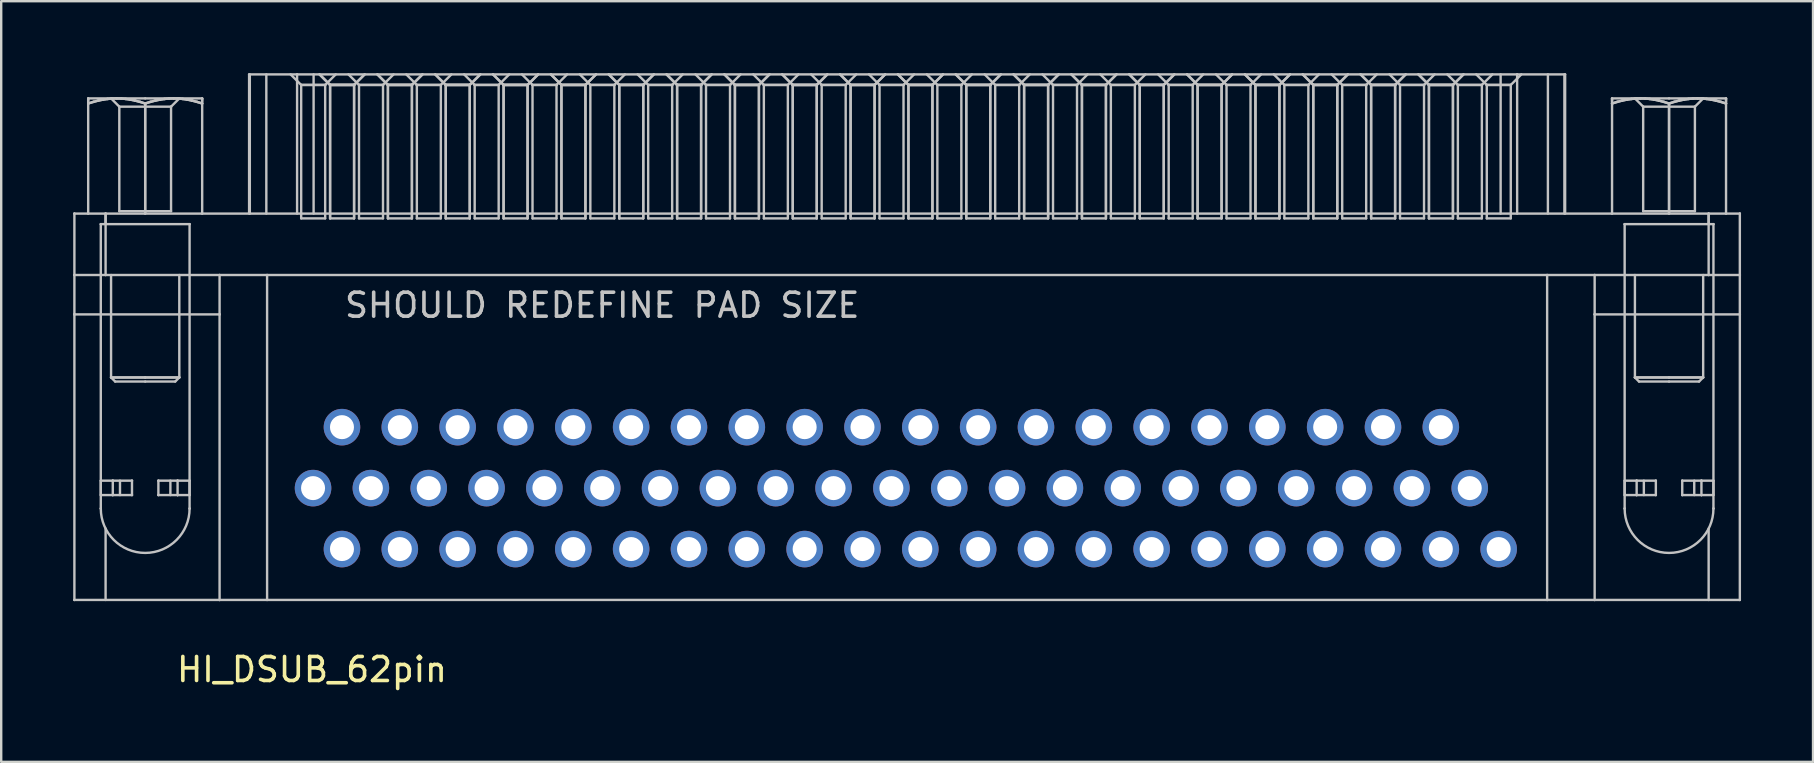
<source format=kicad_pcb>
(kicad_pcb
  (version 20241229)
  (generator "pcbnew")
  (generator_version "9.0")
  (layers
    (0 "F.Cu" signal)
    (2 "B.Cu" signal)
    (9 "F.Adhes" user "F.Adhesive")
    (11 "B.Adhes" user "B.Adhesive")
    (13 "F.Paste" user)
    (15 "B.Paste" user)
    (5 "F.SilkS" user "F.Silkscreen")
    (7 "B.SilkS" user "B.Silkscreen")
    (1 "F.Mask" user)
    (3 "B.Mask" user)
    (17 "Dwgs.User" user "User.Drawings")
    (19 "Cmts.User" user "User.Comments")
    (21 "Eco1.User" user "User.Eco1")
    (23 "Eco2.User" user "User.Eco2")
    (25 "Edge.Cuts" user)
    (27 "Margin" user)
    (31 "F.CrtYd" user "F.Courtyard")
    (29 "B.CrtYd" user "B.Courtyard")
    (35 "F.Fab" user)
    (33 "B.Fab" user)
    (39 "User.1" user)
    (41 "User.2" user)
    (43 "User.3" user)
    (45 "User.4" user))
  (footprint "HI_DSUB_62pin"
    (layer "F.Cu")
    (at 33.072 17.219)
    (property "Reference" "HI_DSUB_62pin" (at -23.122 7.631 180) (layer "F.SilkS") (effects (font (size 1 1) (thickness 0.15))))
    (attr through_hole)
    (fp_line (start -33.022 -11.369) (end -33.022 -11.369) (stroke (width 0.1) (type solid)) (layer "Dwgs.User"))
    (fp_line (start -33.022 -8.809) (end -33.022 -11.369) (stroke (width 0.1) (type solid)) (layer "Dwgs.User"))
    (fp_line (start -33.022 -8.809) (end -33.022 -8.809) (stroke (width 0.1) (type solid)) (layer "Dwgs.User"))
    (fp_line (start -33.022 -8.809) (end -33.022 -8.809) (stroke (width 0.1) (type solid)) (layer "Dwgs.User"))
    (fp_line (start -33.022 -8.809) (end -31.722 -8.809) (stroke (width 0.1) (type solid)) (layer "Dwgs.User"))
    (fp_line (start -33.022 -7.169) (end -33.022 -8.809) (stroke (width 0.1) (type solid)) (layer "Dwgs.User"))
    (fp_line (start -33.022 -7.169) (end -33.022 -7.169) (stroke (width 0.1) (type solid)) (layer "Dwgs.User"))
    (fp_line (start -33.022 -7.169) (end -26.972 -7.169) (stroke (width 0.1) (type solid)) (layer "Dwgs.User"))
    (fp_line (start -33.022 4.731) (end -33.022 -7.169) (stroke (width 0.1) (type solid)) (layer "Dwgs.User"))
    (fp_line (start -33.022 4.731) (end -33.022 4.731) (stroke (width 0.1) (type solid)) (layer "Dwgs.User"))
    (fp_line (start -32.447 -16.169) (end -32.447 -16.163) (stroke (width 0.1) (type solid)) (layer "Dwgs.User"))
    (fp_line (start -32.447 -16.169) (end -31.259 -16.169) (stroke (width 0.1) (type solid)) (layer "Dwgs.User"))
    (fp_line (start -32.447 -16.163) (end -32.447 -16.145) (stroke (width 0.1) (type solid)) (layer "Dwgs.User"))
    (fp_line (start -32.447 -16.145) (end -32.447 -16.117) (stroke (width 0.1) (type solid)) (layer "Dwgs.User"))
    (fp_line (start -32.447 -16.117) (end -32.447 -16.076) (stroke (width 0.1) (type solid)) (layer "Dwgs.User"))
    (fp_line (start -32.447 -16.076) (end -32.447 -16.023) (stroke (width 0.1) (type solid)) (layer "Dwgs.User"))
    (fp_line (start -32.447 -16.023) (end -32.447 -15.956) (stroke (width 0.1) (type solid)) (layer "Dwgs.User"))
    (fp_line (start -32.447 -15.956) (end -32.233 -16.023) (stroke (width 0.1) (type solid)) (layer "Dwgs.User"))
    (fp_line (start -32.447 -11.369) (end -32.447 -15.956) (stroke (width 0.1) (type solid)) (layer "Dwgs.User"))
    (fp_line (start -32.447 -11.369) (end -32.447 -11.369) (stroke (width 0.1) (type solid)) (layer "Dwgs.User"))
    (fp_line (start -32.233 -16.023) (end -32.447 -15.956) (stroke (width 0.1) (type solid)) (layer "Dwgs.User"))
    (fp_line (start -32.233 -16.023) (end -32.029 -16.076) (stroke (width 0.1) (type solid)) (layer "Dwgs.User"))
    (fp_line (start -32.029 -16.076) (end -32.233 -16.023) (stroke (width 0.1) (type solid)) (layer "Dwgs.User"))
    (fp_line (start -32.029 -16.076) (end -31.831 -16.117) (stroke (width 0.1) (type solid)) (layer "Dwgs.User"))
    (fp_line (start -31.922 -10.929) (end -31.922 -10.929) (stroke (width 0.1) (type solid)) (layer "Dwgs.User"))
    (fp_line (start -31.922 -10.929) (end -28.222 -10.929) (stroke (width 0.1) (type solid)) (layer "Dwgs.User"))
    (fp_line (start -31.922 0.361) (end -31.922 -0.239) (stroke (width 0.1) (type solid)) (layer "Dwgs.User"))
    (fp_line (start -31.922 0.361) (end -31.422 0.361) (stroke (width 0.1) (type solid)) (layer "Dwgs.User"))
    (fp_line (start -31.922 0.921) (end -31.922 -10.929) (stroke (width 0.1) (type solid)) (layer "Dwgs.User"))
    (fp_line (start -31.922 0.921) (end -31.922 0.921) (stroke (width 0.1) (type solid)) (layer "Dwgs.User"))
    (fp_line (start -31.831 -16.117) (end -32.029 -16.076) (stroke (width 0.1) (type solid)) (layer "Dwgs.User"))
    (fp_line (start -31.831 -16.117) (end -31.639 -16.145) (stroke (width 0.1) (type solid)) (layer "Dwgs.User"))
    (fp_line (start -31.722 -11.369) (end -33.022 -11.369) (stroke (width 0.1) (type solid)) (layer "Dwgs.User"))
    (fp_line (start -31.722 -10.929) (end -31.722 -11.369) (stroke (width 0.1) (type solid)) (layer "Dwgs.User"))
    (fp_line (start -31.722 -8.809) (end -31.722 -11.369) (stroke (width 0.1) (type solid)) (layer "Dwgs.User"))
    (fp_line (start -31.722 -8.809) (end 35.078 -8.809) (stroke (width 0.1) (type solid)) (layer "Dwgs.User"))
    (fp_line (start -31.722 4.731) (end -31.722 1.758) (stroke (width 0.1) (type solid)) (layer "Dwgs.User"))
    (fp_line (start -31.639 -16.145) (end -31.831 -16.117) (stroke (width 0.1) (type solid)) (layer "Dwgs.User"))
    (fp_line (start -31.639 -16.145) (end -31.449 -16.163) (stroke (width 0.1) (type solid)) (layer "Dwgs.User"))
    (fp_line (start -31.494 -16.169) (end -31.15 -15.824) (stroke (width 0.1) (type solid)) (layer "Dwgs.User"))
    (fp_line (start -31.494 -4.541) (end -31.322 -4.369) (stroke (width 0.1) (type solid)) (layer "Dwgs.User"))
    (fp_line (start -31.494 -8.809) (end -31.494 -7.169) (stroke (width 0.1) (type solid)) (layer "Dwgs.User"))
    (fp_line (start -31.494 -7.169) (end -31.494 -4.541) (stroke (width 0.1) (type solid)) (layer "Dwgs.User"))
    (fp_line (start -31.494 -4.541) (end -30.072 -4.541) (stroke (width 0.1) (type solid)) (layer "Dwgs.User"))
    (fp_line (start -31.449 -16.163) (end -31.639 -16.145) (stroke (width 0.1) (type solid)) (layer "Dwgs.User"))
    (fp_line (start -31.449 -16.163) (end -31.259 -16.169) (stroke (width 0.1) (type solid)) (layer "Dwgs.User"))
    (fp_line (start -31.422 -0.239) (end -31.922 -0.239) (stroke (width 0.1) (type solid)) (layer "Dwgs.User"))
    (fp_line (start -31.422 -0.239) (end -31.422 -0.239) (stroke (width 0.1) (type solid)) (layer "Dwgs.User"))
    (fp_line (start -31.422 -0.239) (end -31.422 0.361) (stroke (width 0.1) (type solid)) (layer "Dwgs.User"))
    (fp_line (start -31.422 0.361) (end -31.422 0.361) (stroke (width 0.1) (type solid)) (layer "Dwgs.User"))
    (fp_line (start -31.422 0.361) (end -30.622 0.361) (stroke (width 0.1) (type solid)) (layer "Dwgs.User"))
    (fp_line (start -31.259 -16.169) (end -31.449 -16.163) (stroke (width 0.1) (type solid)) (layer "Dwgs.User"))
    (fp_line (start -31.259 -16.169) (end -31.07 -16.163) (stroke (width 0.1) (type solid)) (layer "Dwgs.User"))
    (fp_line (start -31.15 -15.824) (end -31.15 -11.469) (stroke (width 0.1) (type solid)) (layer "Dwgs.User"))
    (fp_line (start -31.15 -15.824) (end -30.072 -15.824) (stroke (width 0.1) (type solid)) (layer "Dwgs.User"))
    (fp_line (start -31.122 0.361) (end -31.122 -0.239) (stroke (width 0.1) (type solid)) (layer "Dwgs.User"))
    (fp_line (start -31.07 -16.163) (end -31.259 -16.169) (stroke (width 0.1) (type solid)) (layer "Dwgs.User"))
    (fp_line (start -31.07 -16.163) (end -30.88 -16.145) (stroke (width 0.1) (type solid)) (layer "Dwgs.User"))
    (fp_line (start -30.88 -16.145) (end -31.07 -16.163) (stroke (width 0.1) (type solid)) (layer "Dwgs.User"))
    (fp_line (start -30.88 -16.145) (end -30.687 -16.117) (stroke (width 0.1) (type solid)) (layer "Dwgs.User"))
    (fp_line (start -30.687 -16.117) (end -30.88 -16.145) (stroke (width 0.1) (type solid)) (layer "Dwgs.User"))
    (fp_line (start -30.687 -16.117) (end -30.49 -16.076) (stroke (width 0.1) (type solid)) (layer "Dwgs.User"))
    (fp_line (start -30.622 -0.239) (end -31.422 -0.239) (stroke (width 0.1) (type solid)) (layer "Dwgs.User"))
    (fp_line (start -30.622 -0.239) (end -30.622 -0.239) (stroke (width 0.1) (type solid)) (layer "Dwgs.User"))
    (fp_line (start -30.622 0.361) (end -30.622 -0.239) (stroke (width 0.1) (type solid)) (layer "Dwgs.User"))
    (fp_line (start -30.622 0.361) (end -30.622 0.361) (stroke (width 0.1) (type solid)) (layer "Dwgs.User"))
    (fp_line (start -30.49 -16.076) (end -30.687 -16.117) (stroke (width 0.1) (type solid)) (layer "Dwgs.User"))
    (fp_line (start -30.49 -16.076) (end -30.286 -16.023) (stroke (width 0.1) (type solid)) (layer "Dwgs.User"))
    (fp_line (start -30.286 -16.023) (end -30.49 -16.076) (stroke (width 0.1) (type solid)) (layer "Dwgs.User"))
    (fp_line (start -30.286 -16.023) (end -30.072 -15.956) (stroke (width 0.1) (type solid)) (layer "Dwgs.User"))
    (fp_line (start -30.072 -16.169) (end -31.259 -16.169) (stroke (width 0.1) (type solid)) (layer "Dwgs.User"))
    (fp_line (start -30.072 -15.956) (end -30.286 -16.023) (stroke (width 0.1) (type solid)) (layer "Dwgs.User"))
    (fp_line (start -30.072 -15.956) (end -29.858 -16.023) (stroke (width 0.1) (type solid)) (layer "Dwgs.User"))
    (fp_line (start -30.072 -15.824) (end -28.994 -15.824) (stroke (width 0.1) (type solid)) (layer "Dwgs.User"))
    (fp_line (start -30.072 -11.469) (end -31.15 -11.469) (stroke (width 0.1) (type solid)) (layer "Dwgs.User"))
    (fp_line (start -30.072 -11.369) (end -30.072 -15.956) (stroke (width 0.1) (type solid)) (layer "Dwgs.User"))
    (fp_line (start -30.072 -11.369) (end -30.072 -15.956) (stroke (width 0.1) (type solid)) (layer "Dwgs.User"))
    (fp_line (start -30.072 -4.541) (end -31.494 -4.541) (stroke (width 0.1) (type solid)) (layer "Dwgs.User"))
    (fp_line (start -30.072 -4.541) (end -28.65 -4.541) (stroke (width 0.1) (type solid)) (layer "Dwgs.User"))
    (fp_line (start -30.072 -4.541) (end -28.65 -4.541) (stroke (width 0.1) (type solid)) (layer "Dwgs.User"))
    (fp_line (start -30.072 -4.369) (end -31.322 -4.369) (stroke (width 0.1) (type solid)) (layer "Dwgs.User"))
    (fp_line (start -30.072 -4.369) (end -28.822 -4.369) (stroke (width 0.1) (type solid)) (layer "Dwgs.User"))
    (fp_line (start -29.858 -16.023) (end -30.072 -15.956) (stroke (width 0.1) (type solid)) (layer "Dwgs.User"))
    (fp_line (start -29.858 -16.023) (end -29.654 -16.076) (stroke (width 0.1) (type solid)) (layer "Dwgs.User"))
    (fp_line (start -29.654 -16.076) (end -29.858 -16.023) (stroke (width 0.1) (type solid)) (layer "Dwgs.User"))
    (fp_line (start -29.654 -16.076) (end -29.456 -16.117) (stroke (width 0.1) (type solid)) (layer "Dwgs.User"))
    (fp_line (start -29.522 -0.239) (end -29.522 -0.239) (stroke (width 0.1) (type solid)) (layer "Dwgs.User"))
    (fp_line (start -29.522 -0.239) (end -29.522 0.361) (stroke (width 0.1) (type solid)) (layer "Dwgs.User"))
    (fp_line (start -29.522 0.361) (end -29.522 0.361) (stroke (width 0.1) (type solid)) (layer "Dwgs.User"))
    (fp_line (start -29.522 0.361) (end -28.722 0.361) (stroke (width 0.1) (type solid)) (layer "Dwgs.User"))
    (fp_line (start -29.456 -16.117) (end -29.654 -16.076) (stroke (width 0.1) (type solid)) (layer "Dwgs.User"))
    (fp_line (start -29.456 -16.117) (end -29.264 -16.145) (stroke (width 0.1) (type solid)) (layer "Dwgs.User"))
    (fp_line (start -29.264 -16.145) (end -29.456 -16.117) (stroke (width 0.1) (type solid)) (layer "Dwgs.User"))
    (fp_line (start -29.264 -16.145) (end -29.074 -16.163) (stroke (width 0.1) (type solid)) (layer "Dwgs.User"))
    (fp_line (start -29.074 -16.163) (end -29.264 -16.145) (stroke (width 0.1) (type solid)) (layer "Dwgs.User"))
    (fp_line (start -29.074 -16.163) (end -28.884 -16.169) (stroke (width 0.1) (type solid)) (layer "Dwgs.User"))
    (fp_line (start -29.022 0.361) (end -29.022 -0.239) (stroke (width 0.1) (type solid)) (layer "Dwgs.User"))
    (fp_line (start -28.994 -15.824) (end -28.65 -16.169) (stroke (width 0.1) (type solid)) (layer "Dwgs.User"))
    (fp_line (start -28.994 -11.469) (end -30.072 -11.469) (stroke (width 0.1) (type solid)) (layer "Dwgs.User"))
    (fp_line (start -28.994 -11.469) (end -28.994 -15.824) (stroke (width 0.1) (type solid)) (layer "Dwgs.User"))
    (fp_line (start -28.884 -16.169) (end -30.072 -16.169) (stroke (width 0.1) (type solid)) (layer "Dwgs.User"))
    (fp_line (start -28.884 -16.169) (end -29.074 -16.163) (stroke (width 0.1) (type solid)) (layer "Dwgs.User"))
    (fp_line (start -28.884 -16.169) (end -28.695 -16.163) (stroke (width 0.1) (type solid)) (layer "Dwgs.User"))
    (fp_line (start -28.822 -4.369) (end -28.65 -4.541) (stroke (width 0.1) (type solid)) (layer "Dwgs.User"))
    (fp_line (start -28.722 -0.239) (end -29.522 -0.239) (stroke (width 0.1) (type solid)) (layer "Dwgs.User"))
    (fp_line (start -28.722 -0.239) (end -28.722 -0.239) (stroke (width 0.1) (type solid)) (layer "Dwgs.User"))
    (fp_line (start -28.722 0.361) (end -28.722 -0.239) (stroke (width 0.1) (type solid)) (layer "Dwgs.User"))
    (fp_line (start -28.722 0.361) (end -28.722 0.361) (stroke (width 0.1) (type solid)) (layer "Dwgs.User"))
    (fp_line (start -28.695 -16.163) (end -28.884 -16.169) (stroke (width 0.1) (type solid)) (layer "Dwgs.User"))
    (fp_line (start -28.695 -16.163) (end -28.505 -16.145) (stroke (width 0.1) (type solid)) (layer "Dwgs.User"))
    (fp_line (start -28.65 -7.169) (end -28.65 -8.809) (stroke (width 0.1) (type solid)) (layer "Dwgs.User"))
    (fp_line (start -28.65 -4.541) (end -28.65 -7.169) (stroke (width 0.1) (type solid)) (layer "Dwgs.User"))
    (fp_line (start -28.505 -16.145) (end -28.695 -16.163) (stroke (width 0.1) (type solid)) (layer "Dwgs.User"))
    (fp_line (start -28.505 -16.145) (end -28.312 -16.117) (stroke (width 0.1) (type solid)) (layer "Dwgs.User"))
    (fp_line (start -28.312 -16.117) (end -28.505 -16.145) (stroke (width 0.1) (type solid)) (layer "Dwgs.User"))
    (fp_line (start -28.312 -16.117) (end -28.115 -16.076) (stroke (width 0.1) (type solid)) (layer "Dwgs.User"))
    (fp_line (start -28.222 -10.929) (end -28.222 -10.929) (stroke (width 0.1) (type solid)) (layer "Dwgs.User"))
    (fp_line (start -28.222 -10.929) (end -28.222 0.921) (stroke (width 0.1) (type solid)) (layer "Dwgs.User"))
    (fp_line (start -28.222 -0.239) (end -28.722 -0.239) (stroke (width 0.1) (type solid)) (layer "Dwgs.User"))
    (fp_line (start -28.222 0.361) (end -28.722 0.361) (stroke (width 0.1) (type solid)) (layer "Dwgs.User"))
    (fp_line (start -28.222 0.361) (end -28.222 -0.239) (stroke (width 0.1) (type solid)) (layer "Dwgs.User"))
    (fp_line (start -28.222 0.921) (end -28.222 0.921) (stroke (width 0.1) (type solid)) (layer "Dwgs.User"))
    (fp_line (start -28.115 -16.076) (end -28.312 -16.117) (stroke (width 0.1) (type solid)) (layer "Dwgs.User"))
    (fp_line (start -28.115 -16.076) (end -27.911 -16.023) (stroke (width 0.1) (type solid)) (layer "Dwgs.User"))
    (fp_line (start -27.911 -16.023) (end -28.115 -16.076) (stroke (width 0.1) (type solid)) (layer "Dwgs.User"))
    (fp_line (start -27.911 -16.023) (end -27.697 -15.956) (stroke (width 0.1) (type solid)) (layer "Dwgs.User"))
    (fp_line (start -27.697 -16.169) (end -28.884 -16.169) (stroke (width 0.1) (type solid)) (layer "Dwgs.User"))
    (fp_line (start -27.697 -16.163) (end -27.697 -16.169) (stroke (width 0.1) (type solid)) (layer "Dwgs.User"))
    (fp_line (start -27.697 -16.145) (end -27.697 -16.163) (stroke (width 0.1) (type solid)) (layer "Dwgs.User"))
    (fp_line (start -27.697 -16.117) (end -27.697 -16.145) (stroke (width 0.1) (type solid)) (layer "Dwgs.User"))
    (fp_line (start -27.697 -16.076) (end -27.697 -16.117) (stroke (width 0.1) (type solid)) (layer "Dwgs.User"))
    (fp_line (start -27.697 -16.023) (end -27.697 -16.076) (stroke (width 0.1) (type solid)) (layer "Dwgs.User"))
    (fp_line (start -27.697 -15.956) (end -27.911 -16.023) (stroke (width 0.1) (type solid)) (layer "Dwgs.User"))
    (fp_line (start -27.697 -15.956) (end -27.697 -16.023) (stroke (width 0.1) (type solid)) (layer "Dwgs.User"))
    (fp_line (start -27.697 -11.369) (end -27.697 -15.956) (stroke (width 0.1) (type solid)) (layer "Dwgs.User"))
    (fp_line (start -27.697 -11.369) (end -27.697 -11.369) (stroke (width 0.1) (type solid)) (layer "Dwgs.User"))
    (fp_line (start -26.972 -8.809) (end -26.972 -8.809) (stroke (width 0.1) (type solid)) (layer "Dwgs.User"))
    (fp_line (start -26.972 -8.809) (end -26.972 -7.169) (stroke (width 0.1) (type solid)) (layer "Dwgs.User"))
    (fp_line (start -26.972 -7.169) (end -26.972 -7.169) (stroke (width 0.1) (type solid)) (layer "Dwgs.User"))
    (fp_line (start -26.972 -7.169) (end -26.972 4.731) (stroke (width 0.1) (type solid)) (layer "Dwgs.User"))
    (fp_line (start -26.972 4.731) (end -33.022 4.731) (stroke (width 0.1) (type solid)) (layer "Dwgs.User"))
    (fp_line (start -26.972 4.731) (end -26.972 4.731) (stroke (width 0.1) (type solid)) (layer "Dwgs.User"))
    (fp_line (start -25.742 -17.169) (end -25.742 -11.369) (stroke (width 0.1) (type solid)) (layer "Dwgs.User"))
    (fp_line (start -25.712 -11.369) (end -25.712 -17.169) (stroke (width 0.1) (type solid)) (layer "Dwgs.User"))
    (fp_line (start -25.024 -11.369) (end -25.024 -17.169) (stroke (width 0.1) (type solid)) (layer "Dwgs.User"))
    (fp_line (start -24.992 -8.809) (end -24.992 -8.809) (stroke (width 0.1) (type solid)) (layer "Dwgs.User"))
    (fp_line (start -24.992 -8.809) (end -24.992 4.731) (stroke (width 0.1) (type solid)) (layer "Dwgs.User"))
    (fp_line (start -24.992 4.731) (end -24.992 4.731) (stroke (width 0.1) (type solid)) (layer "Dwgs.User"))
    (fp_line (start -23.742 -17.169) (end -25.742 -17.169) (stroke (width 0.1) (type solid)) (layer "Dwgs.User"))
    (fp_line (start -23.742 -11.369) (end -23.742 -17.169) (stroke (width 0.1) (type solid)) (layer "Dwgs.User"))
    (fp_line (start -23.572 -16.729) (end -24.012 -17.169) (stroke (width 0.1) (type solid)) (layer "Dwgs.User"))
    (fp_line (start -23.572 -11.169) (end -23.572 -16.729) (stroke (width 0.1) (type solid)) (layer "Dwgs.User"))
    (fp_line (start -23.572 -11.169) (end -22.572 -11.169) (stroke (width 0.1) (type solid)) (layer "Dwgs.User"))
    (fp_line (start -23.054 -11.369) (end -23.054 -17.169) (stroke (width 0.1) (type solid)) (layer "Dwgs.User"))
    (fp_line (start -22.572 -16.729) (end -23.572 -16.729) (stroke (width 0.1) (type solid)) (layer "Dwgs.User"))
    (fp_line (start -22.572 -16.729) (end -23.572 -16.729) (stroke (width 0.1) (type solid)) (layer "Dwgs.User"))
    (fp_line (start -22.572 -16.729) (end -22.572 -11.169) (stroke (width 0.1) (type solid)) (layer "Dwgs.User"))
    (fp_line (start -22.367 -16.729) (end -22.807 -17.169) (stroke (width 0.1) (type solid)) (layer "Dwgs.User"))
    (fp_line (start -22.367 -16.729) (end -22.807 -17.169) (stroke (width 0.1) (type solid)) (layer "Dwgs.User"))
    (fp_line (start -22.367 -16.729) (end -21.367 -16.729) (stroke (width 0.1) (type solid)) (layer "Dwgs.User"))
    (fp_line (start -22.367 -11.169) (end -22.367 -16.729) (stroke (width 0.1) (type solid)) (layer "Dwgs.User"))
    (fp_line (start -22.367 -11.169) (end -22.367 -16.729) (stroke (width 0.1) (type solid)) (layer "Dwgs.User"))
    (fp_line (start -22.367 -11.169) (end -21.367 -11.169) (stroke (width 0.1) (type solid)) (layer "Dwgs.User"))
    (fp_line (start -22.132 -17.169) (end -22.572 -16.729) (stroke (width 0.1) (type solid)) (layer "Dwgs.User"))
    (fp_line (start -21.367 -16.729) (end -22.367 -16.729) (stroke (width 0.1) (type solid)) (layer "Dwgs.User"))
    (fp_line (start -21.367 -16.729) (end -22.367 -16.729) (stroke (width 0.1) (type solid)) (layer "Dwgs.User"))
    (fp_line (start -21.367 -16.729) (end -22.367 -16.729) (stroke (width 0.1) (type solid)) (layer "Dwgs.User"))
    (fp_line (start -21.367 -16.729) (end -21.367 -11.169) (stroke (width 0.1) (type solid)) (layer "Dwgs.User"))
    (fp_line (start -21.367 -16.729) (end -21.367 -11.169) (stroke (width 0.1) (type solid)) (layer "Dwgs.User"))
    (fp_line (start -21.162 -16.729) (end -21.602 -17.169) (stroke (width 0.1) (type solid)) (layer "Dwgs.User"))
    (fp_line (start -21.162 -11.169) (end -21.162 -16.729) (stroke (width 0.1) (type solid)) (layer "Dwgs.User"))
    (fp_line (start -21.162 -11.169) (end -20.162 -11.169) (stroke (width 0.1) (type solid)) (layer "Dwgs.User"))
    (fp_line (start -20.927 -17.169) (end -21.367 -16.729) (stroke (width 0.1) (type solid)) (layer "Dwgs.User"))
    (fp_line (start -20.927 -17.169) (end -21.367 -16.729) (stroke (width 0.1) (type solid)) (layer "Dwgs.User"))
    (fp_line (start -20.162 -16.729) (end -21.162 -16.729) (stroke (width 0.1) (type solid)) (layer "Dwgs.User"))
    (fp_line (start -20.162 -16.729) (end -21.162 -16.729) (stroke (width 0.1) (type solid)) (layer "Dwgs.User"))
    (fp_line (start -20.162 -16.729) (end -20.162 -11.169) (stroke (width 0.1) (type solid)) (layer "Dwgs.User"))
    (fp_line (start -19.957 -16.729) (end -20.397 -17.169) (stroke (width 0.1) (type solid)) (layer "Dwgs.User"))
    (fp_line (start -19.957 -16.729) (end -20.397 -17.169) (stroke (width 0.1) (type solid)) (layer "Dwgs.User"))
    (fp_line (start -19.957 -16.729) (end -18.957 -16.729) (stroke (width 0.1) (type solid)) (layer "Dwgs.User"))
    (fp_line (start -19.957 -11.169) (end -19.957 -16.729) (stroke (width 0.1) (type solid)) (layer "Dwgs.User"))
    (fp_line (start -19.957 -11.169) (end -19.957 -16.729) (stroke (width 0.1) (type solid)) (layer "Dwgs.User"))
    (fp_line (start -19.957 -11.169) (end -18.957 -11.169) (stroke (width 0.1) (type solid)) (layer "Dwgs.User"))
    (fp_line (start -19.722 -17.169) (end -20.162 -16.729) (stroke (width 0.1) (type solid)) (layer "Dwgs.User"))
    (fp_line (start -18.957 -16.729) (end -19.957 -16.729) (stroke (width 0.1) (type solid)) (layer "Dwgs.User"))
    (fp_line (start -18.957 -16.729) (end -19.957 -16.729) (stroke (width 0.1) (type solid)) (layer "Dwgs.User"))
    (fp_line (start -18.957 -16.729) (end -19.957 -16.729) (stroke (width 0.1) (type solid)) (layer "Dwgs.User"))
    (fp_line (start -18.957 -16.729) (end -18.957 -11.169) (stroke (width 0.1) (type solid)) (layer "Dwgs.User"))
    (fp_line (start -18.957 -16.729) (end -18.957 -11.169) (stroke (width 0.1) (type solid)) (layer "Dwgs.User"))
    (fp_line (start -18.752 -16.729) (end -19.192 -17.169) (stroke (width 0.1) (type solid)) (layer "Dwgs.User"))
    (fp_line (start -18.752 -11.169) (end -18.752 -16.729) (stroke (width 0.1) (type solid)) (layer "Dwgs.User"))
    (fp_line (start -18.752 -11.169) (end -17.752 -11.169) (stroke (width 0.1) (type solid)) (layer "Dwgs.User"))
    (fp_line (start -18.517 -17.169) (end -18.957 -16.729) (stroke (width 0.1) (type solid)) (layer "Dwgs.User"))
    (fp_line (start -18.517 -17.169) (end -18.957 -16.729) (stroke (width 0.1) (type solid)) (layer "Dwgs.User"))
    (fp_line (start -17.752 -16.729) (end -18.752 -16.729) (stroke (width 0.1) (type solid)) (layer "Dwgs.User"))
    (fp_line (start -17.752 -16.729) (end -18.752 -16.729) (stroke (width 0.1) (type solid)) (layer "Dwgs.User"))
    (fp_line (start -17.752 -16.729) (end -17.752 -11.169) (stroke (width 0.1) (type solid)) (layer "Dwgs.User"))
    (fp_line (start -17.547 -16.729) (end -17.987 -17.169) (stroke (width 0.1) (type solid)) (layer "Dwgs.User"))
    (fp_line (start -17.547 -16.729) (end -17.987 -17.169) (stroke (width 0.1) (type solid)) (layer "Dwgs.User"))
    (fp_line (start -17.547 -16.729) (end -16.547 -16.729) (stroke (width 0.1) (type solid)) (layer "Dwgs.User"))
    (fp_line (start -17.547 -11.169) (end -17.547 -16.729) (stroke (width 0.1) (type solid)) (layer "Dwgs.User"))
    (fp_line (start -17.547 -11.169) (end -17.547 -16.729) (stroke (width 0.1) (type solid)) (layer "Dwgs.User"))
    (fp_line (start -17.547 -11.169) (end -16.547 -11.169) (stroke (width 0.1) (type solid)) (layer "Dwgs.User"))
    (fp_line (start -17.312 -17.169) (end -17.752 -16.729) (stroke (width 0.1) (type solid)) (layer "Dwgs.User"))
    (fp_line (start -16.547 -16.729) (end -17.547 -16.729) (stroke (width 0.1) (type solid)) (layer "Dwgs.User"))
    (fp_line (start -16.547 -16.729) (end -17.547 -16.729) (stroke (width 0.1) (type solid)) (layer "Dwgs.User"))
    (fp_line (start -16.547 -16.729) (end -17.547 -16.729) (stroke (width 0.1) (type solid)) (layer "Dwgs.User"))
    (fp_line (start -16.547 -16.729) (end -16.547 -11.169) (stroke (width 0.1) (type solid)) (layer "Dwgs.User"))
    (fp_line (start -16.547 -16.729) (end -16.547 -11.169) (stroke (width 0.1) (type solid)) (layer "Dwgs.User"))
    (fp_line (start -16.342 -16.729) (end -16.782 -17.169) (stroke (width 0.1) (type solid)) (layer "Dwgs.User"))
    (fp_line (start -16.342 -11.169) (end -16.342 -16.729) (stroke (width 0.1) (type solid)) (layer "Dwgs.User"))
    (fp_line (start -16.342 -11.169) (end -15.342 -11.169) (stroke (width 0.1) (type solid)) (layer "Dwgs.User"))
    (fp_line (start -16.107 -17.169) (end -16.547 -16.729) (stroke (width 0.1) (type solid)) (layer "Dwgs.User"))
    (fp_line (start -16.107 -17.169) (end -16.547 -16.729) (stroke (width 0.1) (type solid)) (layer "Dwgs.User"))
    (fp_line (start -15.342 -16.729) (end -16.342 -16.729) (stroke (width 0.1) (type solid)) (layer "Dwgs.User"))
    (fp_line (start -15.342 -16.729) (end -16.342 -16.729) (stroke (width 0.1) (type solid)) (layer "Dwgs.User"))
    (fp_line (start -15.342 -16.729) (end -15.342 -11.169) (stroke (width 0.1) (type solid)) (layer "Dwgs.User"))
    (fp_line (start -15.137 -16.729) (end -15.577 -17.169) (stroke (width 0.1) (type solid)) (layer "Dwgs.User"))
    (fp_line (start -15.137 -16.729) (end -15.577 -17.169) (stroke (width 0.1) (type solid)) (layer "Dwgs.User"))
    (fp_line (start -15.137 -11.169) (end -15.137 -16.729) (stroke (width 0.1) (type solid)) (layer "Dwgs.User"))
    (fp_line (start -15.137 -11.169) (end -15.137 -16.729) (stroke (width 0.1) (type solid)) (layer "Dwgs.User"))
    (fp_line (start -15.137 -16.729) (end -14.137 -16.729) (stroke (width 0.1) (type solid)) (layer "Dwgs.User"))
    (fp_line (start -15.137 -11.169) (end -14.137 -11.169) (stroke (width 0.1) (type solid)) (layer "Dwgs.User"))
    (fp_line (start -14.902 -17.169) (end -15.342 -16.729) (stroke (width 0.1) (type solid)) (layer "Dwgs.User"))
    (fp_line (start -14.137 -16.729) (end -15.137 -16.729) (stroke (width 0.1) (type solid)) (layer "Dwgs.User"))
    (fp_line (start -14.137 -16.729) (end -15.137 -16.729) (stroke (width 0.1) (type solid)) (layer "Dwgs.User"))
    (fp_line (start -14.137 -16.729) (end -15.137 -16.729) (stroke (width 0.1) (type solid)) (layer "Dwgs.User"))
    (fp_line (start -14.137 -16.729) (end -14.137 -11.169) (stroke (width 0.1) (type solid)) (layer "Dwgs.User"))
    (fp_line (start -14.137 -16.729) (end -14.137 -11.169) (stroke (width 0.1) (type solid)) (layer "Dwgs.User"))
    (fp_line (start -13.932 -16.729) (end -14.372 -17.169) (stroke (width 0.1) (type solid)) (layer "Dwgs.User"))
    (fp_line (start -13.932 -11.169) (end -13.932 -16.729) (stroke (width 0.1) (type solid)) (layer "Dwgs.User"))
    (fp_line (start -13.932 -11.169) (end -12.932 -11.169) (stroke (width 0.1) (type solid)) (layer "Dwgs.User"))
    (fp_line (start -13.697 -17.169) (end -14.137 -16.729) (stroke (width 0.1) (type solid)) (layer "Dwgs.User"))
    (fp_line (start -13.697 -17.169) (end -14.137 -16.729) (stroke (width 0.1) (type solid)) (layer "Dwgs.User"))
    (fp_line (start -12.932 -16.729) (end -13.932 -16.729) (stroke (width 0.1) (type solid)) (layer "Dwgs.User"))
    (fp_line (start -12.932 -16.729) (end -13.932 -16.729) (stroke (width 0.1) (type solid)) (layer "Dwgs.User"))
    (fp_line (start -12.932 -16.729) (end -12.932 -11.169) (stroke (width 0.1) (type solid)) (layer "Dwgs.User"))
    (fp_line (start -12.727 -16.729) (end -13.167 -17.169) (stroke (width 0.1) (type solid)) (layer "Dwgs.User"))
    (fp_line (start -12.727 -16.729) (end -13.167 -17.169) (stroke (width 0.1) (type solid)) (layer "Dwgs.User"))
    (fp_line (start -12.727 -16.729) (end -11.727 -16.729) (stroke (width 0.1) (type solid)) (layer "Dwgs.User"))
    (fp_line (start -12.727 -11.169) (end -12.727 -16.729) (stroke (width 0.1) (type solid)) (layer "Dwgs.User"))
    (fp_line (start -12.727 -11.169) (end -12.727 -16.729) (stroke (width 0.1) (type solid)) (layer "Dwgs.User"))
    (fp_line (start -12.727 -11.169) (end -11.727 -11.169) (stroke (width 0.1) (type solid)) (layer "Dwgs.User"))
    (fp_line (start -12.492 -17.169) (end -12.932 -16.729) (stroke (width 0.1) (type solid)) (layer "Dwgs.User"))
    (fp_line (start -11.727 -16.729) (end -12.727 -16.729) (stroke (width 0.1) (type solid)) (layer "Dwgs.User"))
    (fp_line (start -11.727 -16.729) (end -12.727 -16.729) (stroke (width 0.1) (type solid)) (layer "Dwgs.User"))
    (fp_line (start -11.727 -16.729) (end -12.727 -16.729) (stroke (width 0.1) (type solid)) (layer "Dwgs.User"))
    (fp_line (start -11.727 -16.729) (end -11.727 -11.169) (stroke (width 0.1) (type solid)) (layer "Dwgs.User"))
    (fp_line (start -11.727 -16.729) (end -11.727 -11.169) (stroke (width 0.1) (type solid)) (layer "Dwgs.User"))
    (fp_line (start -11.522 -16.729) (end -11.962 -17.169) (stroke (width 0.1) (type solid)) (layer "Dwgs.User"))
    (fp_line (start -11.522 -11.169) (end -11.522 -16.729) (stroke (width 0.1) (type solid)) (layer "Dwgs.User"))
    (fp_line (start -11.522 -11.169) (end -10.522 -11.169) (stroke (width 0.1) (type solid)) (layer "Dwgs.User"))
    (fp_line (start -11.287 -17.169) (end -11.727 -16.729) (stroke (width 0.1) (type solid)) (layer "Dwgs.User"))
    (fp_line (start -11.287 -17.169) (end -11.727 -16.729) (stroke (width 0.1) (type solid)) (layer "Dwgs.User"))
    (fp_line (start -10.522 -16.729) (end -11.522 -16.729) (stroke (width 0.1) (type solid)) (layer "Dwgs.User"))
    (fp_line (start -10.522 -16.729) (end -11.522 -16.729) (stroke (width 0.1) (type solid)) (layer "Dwgs.User"))
    (fp_line (start -10.522 -16.729) (end -10.522 -11.169) (stroke (width 0.1) (type solid)) (layer "Dwgs.User"))
    (fp_line (start -10.317 -16.729) (end -10.757 -17.169) (stroke (width 0.1) (type solid)) (layer "Dwgs.User"))
    (fp_line (start -10.317 -16.729) (end -10.757 -17.169) (stroke (width 0.1) (type solid)) (layer "Dwgs.User"))
    (fp_line (start -10.317 -16.729) (end -9.317 -16.729) (stroke (width 0.1) (type solid)) (layer "Dwgs.User"))
    (fp_line (start -10.317 -11.169) (end -10.317 -16.729) (stroke (width 0.1) (type solid)) (layer "Dwgs.User"))
    (fp_line (start -10.317 -11.169) (end -10.317 -16.729) (stroke (width 0.1) (type solid)) (layer "Dwgs.User"))
    (fp_line (start -10.317 -11.169) (end -9.317 -11.169) (stroke (width 0.1) (type solid)) (layer "Dwgs.User"))
    (fp_line (start -10.082 -17.169) (end -10.522 -16.729) (stroke (width 0.1) (type solid)) (layer "Dwgs.User"))
    (fp_line (start -9.317 -16.729) (end -10.317 -16.729) (stroke (width 0.1) (type solid)) (layer "Dwgs.User"))
    (fp_line (start -9.317 -16.729) (end -10.317 -16.729) (stroke (width 0.1) (type solid)) (layer "Dwgs.User"))
    (fp_line (start -9.317 -16.729) (end -10.317 -16.729) (stroke (width 0.1) (type solid)) (layer "Dwgs.User"))
    (fp_line (start -9.317 -16.729) (end -9.317 -11.169) (stroke (width 0.1) (type solid)) (layer "Dwgs.User"))
    (fp_line (start -9.317 -16.729) (end -9.317 -11.169) (stroke (width 0.1) (type solid)) (layer "Dwgs.User"))
    (fp_line (start -9.112 -16.729) (end -9.552 -17.169) (stroke (width 0.1) (type solid)) (layer "Dwgs.User"))
    (fp_line (start -9.112 -11.169) (end -9.112 -16.729) (stroke (width 0.1) (type solid)) (layer "Dwgs.User"))
    (fp_line (start -9.112 -11.169) (end -8.112 -11.169) (stroke (width 0.1) (type solid)) (layer "Dwgs.User"))
    (fp_line (start -8.877 -17.169) (end -9.317 -16.729) (stroke (width 0.1) (type solid)) (layer "Dwgs.User"))
    (fp_line (start -8.877 -17.169) (end -9.317 -16.729) (stroke (width 0.1) (type solid)) (layer "Dwgs.User"))
    (fp_line (start -8.112 -16.729) (end -9.112 -16.729) (stroke (width 0.1) (type solid)) (layer "Dwgs.User"))
    (fp_line (start -8.112 -16.729) (end -9.112 -16.729) (stroke (width 0.1) (type solid)) (layer "Dwgs.User"))
    (fp_line (start -8.112 -16.729) (end -8.112 -11.169) (stroke (width 0.1) (type solid)) (layer "Dwgs.User"))
    (fp_line (start -7.907 -16.729) (end -8.347 -17.169) (stroke (width 0.1) (type solid)) (layer "Dwgs.User"))
    (fp_line (start -7.907 -16.729) (end -8.347 -17.169) (stroke (width 0.1) (type solid)) (layer "Dwgs.User"))
    (fp_line (start -7.907 -16.729) (end -6.907 -16.729) (stroke (width 0.1) (type solid)) (layer "Dwgs.User"))
    (fp_line (start -7.907 -11.169) (end -7.907 -16.729) (stroke (width 0.1) (type solid)) (layer "Dwgs.User"))
    (fp_line (start -7.907 -11.169) (end -7.907 -16.729) (stroke (width 0.1) (type solid)) (layer "Dwgs.User"))
    (fp_line (start -7.907 -11.169) (end -6.907 -11.169) (stroke (width 0.1) (type solid)) (layer "Dwgs.User"))
    (fp_line (start -7.672 -17.169) (end -8.112 -16.729) (stroke (width 0.1) (type solid)) (layer "Dwgs.User"))
    (fp_line (start -6.907 -16.729) (end -7.907 -16.729) (stroke (width 0.1) (type solid)) (layer "Dwgs.User"))
    (fp_line (start -6.907 -16.729) (end -7.907 -16.729) (stroke (width 0.1) (type solid)) (layer "Dwgs.User"))
    (fp_line (start -6.907 -16.729) (end -7.907 -16.729) (stroke (width 0.1) (type solid)) (layer "Dwgs.User"))
    (fp_line (start -6.907 -16.729) (end -6.907 -11.169) (stroke (width 0.1) (type solid)) (layer "Dwgs.User"))
    (fp_line (start -6.907 -16.729) (end -6.907 -11.169) (stroke (width 0.1) (type solid)) (layer "Dwgs.User"))
    (fp_line (start -6.702 -16.729) (end -7.142 -17.169) (stroke (width 0.1) (type solid)) (layer "Dwgs.User"))
    (fp_line (start -6.702 -11.169) (end -6.702 -16.729) (stroke (width 0.1) (type solid)) (layer "Dwgs.User"))
    (fp_line (start -6.702 -11.169) (end -5.702 -11.169) (stroke (width 0.1) (type solid)) (layer "Dwgs.User"))
    (fp_line (start -6.467 -17.169) (end -6.907 -16.729) (stroke (width 0.1) (type solid)) (layer "Dwgs.User"))
    (fp_line (start -6.467 -17.169) (end -6.907 -16.729) (stroke (width 0.1) (type solid)) (layer "Dwgs.User"))
    (fp_line (start -5.702 -16.729) (end -6.702 -16.729) (stroke (width 0.1) (type solid)) (layer "Dwgs.User"))
    (fp_line (start -5.702 -16.729) (end -6.702 -16.729) (stroke (width 0.1) (type solid)) (layer "Dwgs.User"))
    (fp_line (start -5.702 -16.729) (end -5.702 -11.169) (stroke (width 0.1) (type solid)) (layer "Dwgs.User"))
    (fp_line (start -5.497 -16.729) (end -5.937 -17.169) (stroke (width 0.1) (type solid)) (layer "Dwgs.User"))
    (fp_line (start -5.497 -16.729) (end -5.937 -17.169) (stroke (width 0.1) (type solid)) (layer "Dwgs.User"))
    (fp_line (start -5.497 -16.729) (end -4.497 -16.729) (stroke (width 0.1) (type solid)) (layer "Dwgs.User"))
    (fp_line (start -5.497 -11.169) (end -5.497 -16.729) (stroke (width 0.1) (type solid)) (layer "Dwgs.User"))
    (fp_line (start -5.497 -11.169) (end -5.497 -16.729) (stroke (width 0.1) (type solid)) (layer "Dwgs.User"))
    (fp_line (start -5.497 -11.169) (end -4.497 -11.169) (stroke (width 0.1) (type solid)) (layer "Dwgs.User"))
    (fp_line (start -5.262 -17.169) (end -5.702 -16.729) (stroke (width 0.1) (type solid)) (layer "Dwgs.User"))
    (fp_line (start -4.497 -16.729) (end -5.497 -16.729) (stroke (width 0.1) (type solid)) (layer "Dwgs.User"))
    (fp_line (start -4.497 -16.729) (end -5.497 -16.729) (stroke (width 0.1) (type solid)) (layer "Dwgs.User"))
    (fp_line (start -4.497 -16.729) (end -5.497 -16.729) (stroke (width 0.1) (type solid)) (layer "Dwgs.User"))
    (fp_line (start -4.497 -16.729) (end -4.497 -11.169) (stroke (width 0.1) (type solid)) (layer "Dwgs.User"))
    (fp_line (start -4.497 -16.729) (end -4.497 -11.169) (stroke (width 0.1) (type solid)) (layer "Dwgs.User"))
    (fp_line (start -4.292 -16.729) (end -4.732 -17.169) (stroke (width 0.1) (type solid)) (layer "Dwgs.User"))
    (fp_line (start -4.292 -11.169) (end -4.292 -16.729) (stroke (width 0.1) (type solid)) (layer "Dwgs.User"))
    (fp_line (start -4.292 -11.169) (end -3.292 -11.169) (stroke (width 0.1) (type solid)) (layer "Dwgs.User"))
    (fp_line (start -4.057 -17.169) (end -4.497 -16.729) (stroke (width 0.1) (type solid)) (layer "Dwgs.User"))
    (fp_line (start -4.057 -17.169) (end -4.497 -16.729) (stroke (width 0.1) (type solid)) (layer "Dwgs.User"))
    (fp_line (start -3.292 -16.729) (end -4.292 -16.729) (stroke (width 0.1) (type solid)) (layer "Dwgs.User"))
    (fp_line (start -3.292 -16.729) (end -4.292 -16.729) (stroke (width 0.1) (type solid)) (layer "Dwgs.User"))
    (fp_line (start -3.292 -16.729) (end -3.292 -11.169) (stroke (width 0.1) (type solid)) (layer "Dwgs.User"))
    (fp_line (start -3.087 -16.729) (end -3.527 -17.169) (stroke (width 0.1) (type solid)) (layer "Dwgs.User"))
    (fp_line (start -3.087 -16.729) (end -3.527 -17.169) (stroke (width 0.1) (type solid)) (layer "Dwgs.User"))
    (fp_line (start -3.087 -16.729) (end -2.087 -16.729) (stroke (width 0.1) (type solid)) (layer "Dwgs.User"))
    (fp_line (start -3.087 -11.169) (end -3.087 -16.729) (stroke (width 0.1) (type solid)) (layer "Dwgs.User"))
    (fp_line (start -3.087 -11.169) (end -3.087 -16.729) (stroke (width 0.1) (type solid)) (layer "Dwgs.User"))
    (fp_line (start -3.087 -11.169) (end -2.087 -11.169) (stroke (width 0.1) (type solid)) (layer "Dwgs.User"))
    (fp_line (start -2.852 -17.169) (end -3.292 -16.729) (stroke (width 0.1) (type solid)) (layer "Dwgs.User"))
    (fp_line (start -2.087 -16.729) (end -3.087 -16.729) (stroke (width 0.1) (type solid)) (layer "Dwgs.User"))
    (fp_line (start -2.087 -16.729) (end -3.087 -16.729) (stroke (width 0.1) (type solid)) (layer "Dwgs.User"))
    (fp_line (start -2.087 -16.729) (end -3.087 -16.729) (stroke (width 0.1) (type solid)) (layer "Dwgs.User"))
    (fp_line (start -2.087 -16.729) (end -2.087 -11.169) (stroke (width 0.1) (type solid)) (layer "Dwgs.User"))
    (fp_line (start -2.087 -16.729) (end -2.087 -11.169) (stroke (width 0.1) (type solid)) (layer "Dwgs.User"))
    (fp_line (start -1.882 -16.729) (end -2.322 -17.169) (stroke (width 0.1) (type solid)) (layer "Dwgs.User"))
    (fp_line (start -1.882 -11.169) (end -1.882 -16.729) (stroke (width 0.1) (type solid)) (layer "Dwgs.User"))
    (fp_line (start -1.882 -11.169) (end -0.882 -11.169) (stroke (width 0.1) (type solid)) (layer "Dwgs.User"))
    (fp_line (start -1.647 -17.169) (end -2.087 -16.729) (stroke (width 0.1) (type solid)) (layer "Dwgs.User"))
    (fp_line (start -1.647 -17.169) (end -2.087 -16.729) (stroke (width 0.1) (type solid)) (layer "Dwgs.User"))
    (fp_line (start -0.882 -16.729) (end -1.882 -16.729) (stroke (width 0.1) (type solid)) (layer "Dwgs.User"))
    (fp_line (start -0.882 -16.729) (end -1.882 -16.729) (stroke (width 0.1) (type solid)) (layer "Dwgs.User"))
    (fp_line (start -0.882 -16.729) (end -0.882 -11.169) (stroke (width 0.1) (type solid)) (layer "Dwgs.User"))
    (fp_line (start -0.677 -16.729) (end -1.117 -17.169) (stroke (width 0.1) (type solid)) (layer "Dwgs.User"))
    (fp_line (start -0.677 -16.729) (end -1.117 -17.169) (stroke (width 0.1) (type solid)) (layer "Dwgs.User"))
    (fp_line (start -0.677 -16.729) (end 0.323 -16.729) (stroke (width 0.1) (type solid)) (layer "Dwgs.User"))
    (fp_line (start -0.677 -11.169) (end -0.677 -16.729) (stroke (width 0.1) (type solid)) (layer "Dwgs.User"))
    (fp_line (start -0.677 -11.169) (end -0.677 -16.729) (stroke (width 0.1) (type solid)) (layer "Dwgs.User"))
    (fp_line (start -0.677 -11.169) (end 0.323 -11.169) (stroke (width 0.1) (type solid)) (layer "Dwgs.User"))
    (fp_line (start -0.442 -17.169) (end -0.882 -16.729) (stroke (width 0.1) (type solid)) (layer "Dwgs.User"))
    (fp_line (start 0.323 -16.729) (end -0.677 -16.729) (stroke (width 0.1) (type solid)) (layer "Dwgs.User"))
    (fp_line (start 0.323 -16.729) (end -0.677 -16.729) (stroke (width 0.1) (type solid)) (layer "Dwgs.User"))
    (fp_line (start 0.323 -16.729) (end -0.677 -16.729) (stroke (width 0.1) (type solid)) (layer "Dwgs.User"))
    (fp_line (start 0.323 -16.729) (end 0.323 -11.169) (stroke (width 0.1) (type solid)) (layer "Dwgs.User"))
    (fp_line (start 0.323 -16.729) (end 0.323 -11.169) (stroke (width 0.1) (type solid)) (layer "Dwgs.User"))
    (fp_line (start 0.528 -16.729) (end 0.088 -17.169) (stroke (width 0.1) (type solid)) (layer "Dwgs.User"))
    (fp_line (start 0.528 -11.169) (end 0.528 -16.729) (stroke (width 0.1) (type solid)) (layer "Dwgs.User"))
    (fp_line (start 0.528 -11.169) (end 1.528 -11.169) (stroke (width 0.1) (type solid)) (layer "Dwgs.User"))
    (fp_line (start 0.763 -17.169) (end 0.323 -16.729) (stroke (width 0.1) (type solid)) (layer "Dwgs.User"))
    (fp_line (start 0.763 -17.169) (end 0.323 -16.729) (stroke (width 0.1) (type solid)) (layer "Dwgs.User"))
    (fp_line (start 1.528 -16.729) (end 0.528 -16.729) (stroke (width 0.1) (type solid)) (layer "Dwgs.User"))
    (fp_line (start 1.528 -16.729) (end 0.528 -16.729) (stroke (width 0.1) (type solid)) (layer "Dwgs.User"))
    (fp_line (start 1.528 -16.729) (end 1.528 -11.169) (stroke (width 0.1) (type solid)) (layer "Dwgs.User"))
    (fp_line (start 1.733 -16.729) (end 1.293 -17.169) (stroke (width 0.1) (type solid)) (layer "Dwgs.User"))
    (fp_line (start 1.733 -16.729) (end 1.293 -17.169) (stroke (width 0.1) (type solid)) (layer "Dwgs.User"))
    (fp_line (start 1.733 -16.729) (end 2.733 -16.729) (stroke (width 0.1) (type solid)) (layer "Dwgs.User"))
    (fp_line (start 1.733 -11.169) (end 1.733 -16.729) (stroke (width 0.1) (type solid)) (layer "Dwgs.User"))
    (fp_line (start 1.733 -11.169) (end 1.733 -16.729) (stroke (width 0.1) (type solid)) (layer "Dwgs.User"))
    (fp_line (start 1.733 -11.169) (end 2.733 -11.169) (stroke (width 0.1) (type solid)) (layer "Dwgs.User"))
    (fp_line (start 1.968 -17.169) (end 1.528 -16.729) (stroke (width 0.1) (type solid)) (layer "Dwgs.User"))
    (fp_line (start 2.733 -16.729) (end 1.733 -16.729) (stroke (width 0.1) (type solid)) (layer "Dwgs.User"))
    (fp_line (start 2.733 -16.729) (end 1.733 -16.729) (stroke (width 0.1) (type solid)) (layer "Dwgs.User"))
    (fp_line (start 2.733 -16.729) (end 1.733 -16.729) (stroke (width 0.1) (type solid)) (layer "Dwgs.User"))
    (fp_line (start 2.733 -16.729) (end 2.733 -11.169) (stroke (width 0.1) (type solid)) (layer "Dwgs.User"))
    (fp_line (start 2.733 -16.729) (end 2.733 -11.169) (stroke (width 0.1) (type solid)) (layer "Dwgs.User"))
    (fp_line (start 2.938 -16.729) (end 2.498 -17.169) (stroke (width 0.1) (type solid)) (layer "Dwgs.User"))
    (fp_line (start 2.938 -11.169) (end 2.938 -16.729) (stroke (width 0.1) (type solid)) (layer "Dwgs.User"))
    (fp_line (start 2.938 -11.169) (end 3.938 -11.169) (stroke (width 0.1) (type solid)) (layer "Dwgs.User"))
    (fp_line (start 3.173 -17.169) (end 2.733 -16.729) (stroke (width 0.1) (type solid)) (layer "Dwgs.User"))
    (fp_line (start 3.173 -17.169) (end 2.733 -16.729) (stroke (width 0.1) (type solid)) (layer "Dwgs.User"))
    (fp_line (start 3.938 -16.729) (end 2.938 -16.729) (stroke (width 0.1) (type solid)) (layer "Dwgs.User"))
    (fp_line (start 3.938 -16.729) (end 2.938 -16.729) (stroke (width 0.1) (type solid)) (layer "Dwgs.User"))
    (fp_line (start 3.938 -16.729) (end 3.938 -11.169) (stroke (width 0.1) (type solid)) (layer "Dwgs.User"))
    (fp_line (start 4.143 -16.729) (end 3.703 -17.169) (stroke (width 0.1) (type solid)) (layer "Dwgs.User"))
    (fp_line (start 4.143 -16.729) (end 3.703 -17.169) (stroke (width 0.1) (type solid)) (layer "Dwgs.User"))
    (fp_line (start 4.143 -16.729) (end 5.143 -16.729) (stroke (width 0.1) (type solid)) (layer "Dwgs.User"))
    (fp_line (start 4.143 -11.169) (end 4.143 -16.729) (stroke (width 0.1) (type solid)) (layer "Dwgs.User"))
    (fp_line (start 4.143 -11.169) (end 4.143 -16.729) (stroke (width 0.1) (type solid)) (layer "Dwgs.User"))
    (fp_line (start 4.143 -11.169) (end 5.143 -11.169) (stroke (width 0.1) (type solid)) (layer "Dwgs.User"))
    (fp_line (start 4.378 -17.169) (end 3.938 -16.729) (stroke (width 0.1) (type solid)) (layer "Dwgs.User"))
    (fp_line (start 5.143 -16.729) (end 4.143 -16.729) (stroke (width 0.1) (type solid)) (layer "Dwgs.User"))
    (fp_line (start 5.143 -16.729) (end 4.143 -16.729) (stroke (width 0.1) (type solid)) (layer "Dwgs.User"))
    (fp_line (start 5.143 -16.729) (end 4.143 -16.729) (stroke (width 0.1) (type solid)) (layer "Dwgs.User"))
    (fp_line (start 5.143 -16.729) (end 5.143 -11.169) (stroke (width 0.1) (type solid)) (layer "Dwgs.User"))
    (fp_line (start 5.143 -16.729) (end 5.143 -11.169) (stroke (width 0.1) (type solid)) (layer "Dwgs.User"))
    (fp_line (start 5.348 -16.729) (end 4.908 -17.169) (stroke (width 0.1) (type solid)) (layer "Dwgs.User"))
    (fp_line (start 5.348 -11.169) (end 5.348 -16.729) (stroke (width 0.1) (type solid)) (layer "Dwgs.User"))
    (fp_line (start 5.348 -11.169) (end 6.348 -11.169) (stroke (width 0.1) (type solid)) (layer "Dwgs.User"))
    (fp_line (start 5.583 -17.169) (end 5.143 -16.729) (stroke (width 0.1) (type solid)) (layer "Dwgs.User"))
    (fp_line (start 5.583 -17.169) (end 5.143 -16.729) (stroke (width 0.1) (type solid)) (layer "Dwgs.User"))
    (fp_line (start 6.348 -16.729) (end 5.348 -16.729) (stroke (width 0.1) (type solid)) (layer "Dwgs.User"))
    (fp_line (start 6.348 -16.729) (end 5.348 -16.729) (stroke (width 0.1) (type solid)) (layer "Dwgs.User"))
    (fp_line (start 6.348 -16.729) (end 6.348 -11.169) (stroke (width 0.1) (type solid)) (layer "Dwgs.User"))
    (fp_line (start 6.553 -16.729) (end 6.113 -17.169) (stroke (width 0.1) (type solid)) (layer "Dwgs.User"))
    (fp_line (start 6.553 -16.729) (end 6.113 -17.169) (stroke (width 0.1) (type solid)) (layer "Dwgs.User"))
    (fp_line (start 6.553 -16.729) (end 7.553 -16.729) (stroke (width 0.1) (type solid)) (layer "Dwgs.User"))
    (fp_line (start 6.553 -11.169) (end 6.553 -16.729) (stroke (width 0.1) (type solid)) (layer "Dwgs.User"))
    (fp_line (start 6.553 -11.169) (end 6.553 -16.729) (stroke (width 0.1) (type solid)) (layer "Dwgs.User"))
    (fp_line (start 6.553 -11.169) (end 7.553 -11.169) (stroke (width 0.1) (type solid)) (layer "Dwgs.User"))
    (fp_line (start 6.788 -17.169) (end 6.348 -16.729) (stroke (width 0.1) (type solid)) (layer "Dwgs.User"))
    (fp_line (start 7.553 -16.729) (end 6.553 -16.729) (stroke (width 0.1) (type solid)) (layer "Dwgs.User"))
    (fp_line (start 7.553 -16.729) (end 6.553 -16.729) (stroke (width 0.1) (type solid)) (layer "Dwgs.User"))
    (fp_line (start 7.553 -16.729) (end 6.553 -16.729) (stroke (width 0.1) (type solid)) (layer "Dwgs.User"))
    (fp_line (start 7.553 -16.729) (end 7.553 -11.169) (stroke (width 0.1) (type solid)) (layer "Dwgs.User"))
    (fp_line (start 7.553 -16.729) (end 7.553 -11.169) (stroke (width 0.1) (type solid)) (layer "Dwgs.User"))
    (fp_line (start 7.758 -16.729) (end 7.318 -17.169) (stroke (width 0.1) (type solid)) (layer "Dwgs.User"))
    (fp_line (start 7.758 -11.169) (end 7.758 -16.729) (stroke (width 0.1) (type solid)) (layer "Dwgs.User"))
    (fp_line (start 7.758 -11.169) (end 8.758 -11.169) (stroke (width 0.1) (type solid)) (layer "Dwgs.User"))
    (fp_line (start 7.993 -17.169) (end 7.553 -16.729) (stroke (width 0.1) (type solid)) (layer "Dwgs.User"))
    (fp_line (start 7.993 -17.169) (end 7.553 -16.729) (stroke (width 0.1) (type solid)) (layer "Dwgs.User"))
    (fp_line (start 8.758 -16.729) (end 7.758 -16.729) (stroke (width 0.1) (type solid)) (layer "Dwgs.User"))
    (fp_line (start 8.758 -16.729) (end 7.758 -16.729) (stroke (width 0.1) (type solid)) (layer "Dwgs.User"))
    (fp_line (start 8.758 -16.729) (end 8.758 -11.169) (stroke (width 0.1) (type solid)) (layer "Dwgs.User"))
    (fp_line (start 8.963 -16.729) (end 8.523 -17.169) (stroke (width 0.1) (type solid)) (layer "Dwgs.User"))
    (fp_line (start 8.963 -16.729) (end 8.523 -17.169) (stroke (width 0.1) (type solid)) (layer "Dwgs.User"))
    (fp_line (start 8.963 -16.729) (end 9.963 -16.729) (stroke (width 0.1) (type solid)) (layer "Dwgs.User"))
    (fp_line (start 8.963 -11.169) (end 8.963 -16.729) (stroke (width 0.1) (type solid)) (layer "Dwgs.User"))
    (fp_line (start 8.963 -11.169) (end 8.963 -16.729) (stroke (width 0.1) (type solid)) (layer "Dwgs.User"))
    (fp_line (start 8.963 -11.169) (end 9.963 -11.169) (stroke (width 0.1) (type solid)) (layer "Dwgs.User"))
    (fp_line (start 9.198 -17.169) (end 8.758 -16.729) (stroke (width 0.1) (type solid)) (layer "Dwgs.User"))
    (fp_line (start 9.963 -16.729) (end 8.963 -16.729) (stroke (width 0.1) (type solid)) (layer "Dwgs.User"))
    (fp_line (start 9.963 -16.729) (end 8.963 -16.729) (stroke (width 0.1) (type solid)) (layer "Dwgs.User"))
    (fp_line (start 9.963 -16.729) (end 8.963 -16.729) (stroke (width 0.1) (type solid)) (layer "Dwgs.User"))
    (fp_line (start 9.963 -16.729) (end 9.963 -11.169) (stroke (width 0.1) (type solid)) (layer "Dwgs.User"))
    (fp_line (start 9.963 -16.729) (end 9.963 -11.169) (stroke (width 0.1) (type solid)) (layer "Dwgs.User"))
    (fp_line (start 10.168 -16.729) (end 9.728 -17.169) (stroke (width 0.1) (type solid)) (layer "Dwgs.User"))
    (fp_line (start 10.168 -11.169) (end 10.168 -16.729) (stroke (width 0.1) (type solid)) (layer "Dwgs.User"))
    (fp_line (start 10.168 -11.169) (end 11.168 -11.169) (stroke (width 0.1) (type solid)) (layer "Dwgs.User"))
    (fp_line (start 10.403 -17.169) (end 9.963 -16.729) (stroke (width 0.1) (type solid)) (layer "Dwgs.User"))
    (fp_line (start 10.403 -17.169) (end 9.963 -16.729) (stroke (width 0.1) (type solid)) (layer "Dwgs.User"))
    (fp_line (start 11.168 -16.729) (end 10.168 -16.729) (stroke (width 0.1) (type solid)) (layer "Dwgs.User"))
    (fp_line (start 11.168 -16.729) (end 10.168 -16.729) (stroke (width 0.1) (type solid)) (layer "Dwgs.User"))
    (fp_line (start 11.168 -16.729) (end 11.168 -11.169) (stroke (width 0.1) (type solid)) (layer "Dwgs.User"))
    (fp_line (start 11.373 -16.729) (end 10.933 -17.169) (stroke (width 0.1) (type solid)) (layer "Dwgs.User"))
    (fp_line (start 11.373 -16.729) (end 10.933 -17.169) (stroke (width 0.1) (type solid)) (layer "Dwgs.User"))
    (fp_line (start 11.373 -16.729) (end 12.373 -16.729) (stroke (width 0.1) (type solid)) (layer "Dwgs.User"))
    (fp_line (start 11.373 -11.169) (end 11.373 -16.729) (stroke (width 0.1) (type solid)) (layer "Dwgs.User"))
    (fp_line (start 11.373 -11.169) (end 11.373 -16.729) (stroke (width 0.1) (type solid)) (layer "Dwgs.User"))
    (fp_line (start 11.373 -11.169) (end 12.373 -11.169) (stroke (width 0.1) (type solid)) (layer "Dwgs.User"))
    (fp_line (start 11.608 -17.169) (end 11.168 -16.729) (stroke (width 0.1) (type solid)) (layer "Dwgs.User"))
    (fp_line (start 12.373 -16.729) (end 11.373 -16.729) (stroke (width 0.1) (type solid)) (layer "Dwgs.User"))
    (fp_line (start 12.373 -16.729) (end 11.373 -16.729) (stroke (width 0.1) (type solid)) (layer "Dwgs.User"))
    (fp_line (start 12.373 -16.729) (end 11.373 -16.729) (stroke (width 0.1) (type solid)) (layer "Dwgs.User"))
    (fp_line (start 12.373 -16.729) (end 12.373 -11.169) (stroke (width 0.1) (type solid)) (layer "Dwgs.User"))
    (fp_line (start 12.373 -16.729) (end 12.373 -11.169) (stroke (width 0.1) (type solid)) (layer "Dwgs.User"))
    (fp_line (start 12.578 -16.729) (end 12.138 -17.169) (stroke (width 0.1) (type solid)) (layer "Dwgs.User"))
    (fp_line (start 12.578 -11.169) (end 12.578 -16.729) (stroke (width 0.1) (type solid)) (layer "Dwgs.User"))
    (fp_line (start 12.578 -11.169) (end 13.578 -11.169) (stroke (width 0.1) (type solid)) (layer "Dwgs.User"))
    (fp_line (start 12.813 -17.169) (end 12.373 -16.729) (stroke (width 0.1) (type solid)) (layer "Dwgs.User"))
    (fp_line (start 12.813 -17.169) (end 12.373 -16.729) (stroke (width 0.1) (type solid)) (layer "Dwgs.User"))
    (fp_line (start 13.578 -16.729) (end 12.578 -16.729) (stroke (width 0.1) (type solid)) (layer "Dwgs.User"))
    (fp_line (start 13.578 -16.729) (end 12.578 -16.729) (stroke (width 0.1) (type solid)) (layer "Dwgs.User"))
    (fp_line (start 13.578 -16.729) (end 13.578 -11.169) (stroke (width 0.1) (type solid)) (layer "Dwgs.User"))
    (fp_line (start 13.783 -16.729) (end 13.343 -17.169) (stroke (width 0.1) (type solid)) (layer "Dwgs.User"))
    (fp_line (start 13.783 -16.729) (end 13.343 -17.169) (stroke (width 0.1) (type solid)) (layer "Dwgs.User"))
    (fp_line (start 13.783 -16.729) (end 14.783 -16.729) (stroke (width 0.1) (type solid)) (layer "Dwgs.User"))
    (fp_line (start 13.783 -11.169) (end 13.783 -16.729) (stroke (width 0.1) (type solid)) (layer "Dwgs.User"))
    (fp_line (start 13.783 -11.169) (end 13.783 -16.729) (stroke (width 0.1) (type solid)) (layer "Dwgs.User"))
    (fp_line (start 13.783 -11.169) (end 14.783 -11.169) (stroke (width 0.1) (type solid)) (layer "Dwgs.User"))
    (fp_line (start 14.018 -17.169) (end 13.578 -16.729) (stroke (width 0.1) (type solid)) (layer "Dwgs.User"))
    (fp_line (start 14.783 -16.729) (end 13.783 -16.729) (stroke (width 0.1) (type solid)) (layer "Dwgs.User"))
    (fp_line (start 14.783 -16.729) (end 13.783 -16.729) (stroke (width 0.1) (type solid)) (layer "Dwgs.User"))
    (fp_line (start 14.783 -16.729) (end 13.783 -16.729) (stroke (width 0.1) (type solid)) (layer "Dwgs.User"))
    (fp_line (start 14.783 -16.729) (end 14.783 -11.169) (stroke (width 0.1) (type solid)) (layer "Dwgs.User"))
    (fp_line (start 14.783 -16.729) (end 14.783 -11.169) (stroke (width 0.1) (type solid)) (layer "Dwgs.User"))
    (fp_line (start 14.988 -16.729) (end 14.548 -17.169) (stroke (width 0.1) (type solid)) (layer "Dwgs.User"))
    (fp_line (start 14.988 -11.169) (end 14.988 -16.729) (stroke (width 0.1) (type solid)) (layer "Dwgs.User"))
    (fp_line (start 14.988 -11.169) (end 15.988 -11.169) (stroke (width 0.1) (type solid)) (layer "Dwgs.User"))
    (fp_line (start 15.223 -17.169) (end 14.783 -16.729) (stroke (width 0.1) (type solid)) (layer "Dwgs.User"))
    (fp_line (start 15.223 -17.169) (end 14.783 -16.729) (stroke (width 0.1) (type solid)) (layer "Dwgs.User"))
    (fp_line (start 15.988 -16.729) (end 14.988 -16.729) (stroke (width 0.1) (type solid)) (layer "Dwgs.User"))
    (fp_line (start 15.988 -16.729) (end 14.988 -16.729) (stroke (width 0.1) (type solid)) (layer "Dwgs.User"))
    (fp_line (start 15.988 -16.729) (end 15.988 -11.169) (stroke (width 0.1) (type solid)) (layer "Dwgs.User"))
    (fp_line (start 16.193 -16.729) (end 15.753 -17.169) (stroke (width 0.1) (type solid)) (layer "Dwgs.User"))
    (fp_line (start 16.193 -16.729) (end 15.753 -17.169) (stroke (width 0.1) (type solid)) (layer "Dwgs.User"))
    (fp_line (start 16.193 -16.729) (end 17.193 -16.729) (stroke (width 0.1) (type solid)) (layer "Dwgs.User"))
    (fp_line (start 16.193 -11.169) (end 16.193 -16.729) (stroke (width 0.1) (type solid)) (layer "Dwgs.User"))
    (fp_line (start 16.193 -11.169) (end 16.193 -16.729) (stroke (width 0.1) (type solid)) (layer "Dwgs.User"))
    (fp_line (start 16.193 -11.169) (end 17.193 -11.169) (stroke (width 0.1) (type solid)) (layer "Dwgs.User"))
    (fp_line (start 16.428 -17.169) (end 15.988 -16.729) (stroke (width 0.1) (type solid)) (layer "Dwgs.User"))
    (fp_line (start 17.193 -16.729) (end 16.193 -16.729) (stroke (width 0.1) (type solid)) (layer "Dwgs.User"))
    (fp_line (start 17.193 -16.729) (end 16.193 -16.729) (stroke (width 0.1) (type solid)) (layer "Dwgs.User"))
    (fp_line (start 17.193 -16.729) (end 16.193 -16.729) (stroke (width 0.1) (type solid)) (layer "Dwgs.User"))
    (fp_line (start 17.193 -16.729) (end 17.193 -11.169) (stroke (width 0.1) (type solid)) (layer "Dwgs.User"))
    (fp_line (start 17.193 -16.729) (end 17.193 -11.169) (stroke (width 0.1) (type solid)) (layer "Dwgs.User"))
    (fp_line (start 17.398 -16.729) (end 16.958 -17.169) (stroke (width 0.1) (type solid)) (layer "Dwgs.User"))
    (fp_line (start 17.398 -11.169) (end 17.398 -16.729) (stroke (width 0.1) (type solid)) (layer "Dwgs.User"))
    (fp_line (start 17.398 -11.169) (end 18.398 -11.169) (stroke (width 0.1) (type solid)) (layer "Dwgs.User"))
    (fp_line (start 17.633 -17.169) (end 17.193 -16.729) (stroke (width 0.1) (type solid)) (layer "Dwgs.User"))
    (fp_line (start 17.633 -17.169) (end 17.193 -16.729) (stroke (width 0.1) (type solid)) (layer "Dwgs.User"))
    (fp_line (start 18.398 -16.729) (end 18.398 -11.169) (stroke (width 0.1) (type solid)) (layer "Dwgs.User"))
    (fp_line (start 18.398 -16.729) (end 17.398 -16.729) (stroke (width 0.1) (type solid)) (layer "Dwgs.User"))
    (fp_line (start 18.398 -16.729) (end 17.398 -16.729) (stroke (width 0.1) (type solid)) (layer "Dwgs.User"))
    (fp_line (start 18.603 -16.729) (end 18.163 -17.169) (stroke (width 0.1) (type solid)) (layer "Dwgs.User"))
    (fp_line (start 18.603 -16.729) (end 18.163 -17.169) (stroke (width 0.1) (type solid)) (layer "Dwgs.User"))
    (fp_line (start 18.603 -11.169) (end 18.603 -16.729) (stroke (width 0.1) (type solid)) (layer "Dwgs.User"))
    (fp_line (start 18.603 -11.169) (end 18.603 -16.729) (stroke (width 0.1) (type solid)) (layer "Dwgs.User"))
    (fp_line (start 18.603 -16.729) (end 19.603 -16.729) (stroke (width 0.1) (type solid)) (layer "Dwgs.User"))
    (fp_line (start 18.603 -11.169) (end 19.603 -11.169) (stroke (width 0.1) (type solid)) (layer "Dwgs.User"))
    (fp_line (start 18.838 -17.169) (end 18.398 -16.729) (stroke (width 0.1) (type solid)) (layer "Dwgs.User"))
    (fp_line (start 19.603 -16.729) (end 19.603 -11.169) (stroke (width 0.1) (type solid)) (layer "Dwgs.User"))
    (fp_line (start 19.603 -16.729) (end 19.603 -11.169) (stroke (width 0.1) (type solid)) (layer "Dwgs.User"))
    (fp_line (start 19.603 -16.729) (end 18.603 -16.729) (stroke (width 0.1) (type solid)) (layer "Dwgs.User"))
    (fp_line (start 19.603 -16.729) (end 18.603 -16.729) (stroke (width 0.1) (type solid)) (layer "Dwgs.User"))
    (fp_line (start 19.603 -16.729) (end 18.603 -16.729) (stroke (width 0.1) (type solid)) (layer "Dwgs.User"))
    (fp_line (start 19.808 -16.729) (end 19.368 -17.169) (stroke (width 0.1) (type solid)) (layer "Dwgs.User"))
    (fp_line (start 19.808 -11.169) (end 19.808 -16.729) (stroke (width 0.1) (type solid)) (layer "Dwgs.User"))
    (fp_line (start 19.808 -11.169) (end 20.808 -11.169) (stroke (width 0.1) (type solid)) (layer "Dwgs.User"))
    (fp_line (start 20.043 -17.169) (end 19.603 -16.729) (stroke (width 0.1) (type solid)) (layer "Dwgs.User"))
    (fp_line (start 20.043 -17.169) (end 19.603 -16.729) (stroke (width 0.1) (type solid)) (layer "Dwgs.User"))
    (fp_line (start 20.808 -16.729) (end 20.808 -11.169) (stroke (width 0.1) (type solid)) (layer "Dwgs.User"))
    (fp_line (start 20.808 -16.729) (end 19.808 -16.729) (stroke (width 0.1) (type solid)) (layer "Dwgs.User"))
    (fp_line (start 20.808 -16.729) (end 19.808 -16.729) (stroke (width 0.1) (type solid)) (layer "Dwgs.User"))
    (fp_line (start 21.013 -16.729) (end 20.573 -17.169) (stroke (width 0.1) (type solid)) (layer "Dwgs.User"))
    (fp_line (start 21.013 -16.729) (end 20.573 -17.169) (stroke (width 0.1) (type solid)) (layer "Dwgs.User"))
    (fp_line (start 21.013 -11.169) (end 21.013 -16.729) (stroke (width 0.1) (type solid)) (layer "Dwgs.User"))
    (fp_line (start 21.013 -11.169) (end 21.013 -16.729) (stroke (width 0.1) (type solid)) (layer "Dwgs.User"))
    (fp_line (start 21.013 -16.729) (end 22.013 -16.729) (stroke (width 0.1) (type solid)) (layer "Dwgs.User"))
    (fp_line (start 21.013 -11.169) (end 22.013 -11.169) (stroke (width 0.1) (type solid)) (layer "Dwgs.User"))
    (fp_line (start 21.248 -17.169) (end 20.808 -16.729) (stroke (width 0.1) (type solid)) (layer "Dwgs.User"))
    (fp_line (start 22.013 -16.729) (end 22.013 -11.169) (stroke (width 0.1) (type solid)) (layer "Dwgs.User"))
    (fp_line (start 22.013 -16.729) (end 22.013 -11.169) (stroke (width 0.1) (type solid)) (layer "Dwgs.User"))
    (fp_line (start 22.013 -16.729) (end 21.013 -16.729) (stroke (width 0.1) (type solid)) (layer "Dwgs.User"))
    (fp_line (start 22.013 -16.729) (end 21.013 -16.729) (stroke (width 0.1) (type solid)) (layer "Dwgs.User"))
    (fp_line (start 22.013 -16.729) (end 21.013 -16.729) (stroke (width 0.1) (type solid)) (layer "Dwgs.User"))
    (fp_line (start 22.218 -11.169) (end 23.218 -11.169) (stroke (width 0.1) (type solid)) (layer "Dwgs.User"))
    (fp_line (start 22.218 -16.729) (end 21.778 -17.169) (stroke (width 0.1) (type solid)) (layer "Dwgs.User"))
    (fp_line (start 22.218 -11.169) (end 22.218 -16.729) (stroke (width 0.1) (type solid)) (layer "Dwgs.User"))
    (fp_line (start 22.453 -17.169) (end 22.013 -16.729) (stroke (width 0.1) (type solid)) (layer "Dwgs.User"))
    (fp_line (start 22.453 -17.169) (end 22.013 -16.729) (stroke (width 0.1) (type solid)) (layer "Dwgs.User"))
    (fp_line (start 23.218 -16.729) (end 22.218 -16.729) (stroke (width 0.1) (type solid)) (layer "Dwgs.User"))
    (fp_line (start 23.218 -16.729) (end 22.218 -16.729) (stroke (width 0.1) (type solid)) (layer "Dwgs.User"))
    (fp_line (start 23.218 -16.729) (end 23.218 -11.169) (stroke (width 0.1) (type solid)) (layer "Dwgs.User"))
    (fp_line (start 23.423 -16.729) (end 24.423 -16.729) (stroke (width 0.1) (type solid)) (layer "Dwgs.User"))
    (fp_line (start 23.423 -11.169) (end 24.423 -11.169) (stroke (width 0.1) (type solid)) (layer "Dwgs.User"))
    (fp_line (start 23.423 -16.729) (end 22.983 -17.169) (stroke (width 0.1) (type solid)) (layer "Dwgs.User"))
    (fp_line (start 23.423 -16.729) (end 22.983 -17.169) (stroke (width 0.1) (type solid)) (layer "Dwgs.User"))
    (fp_line (start 23.423 -11.169) (end 23.423 -16.729) (stroke (width 0.1) (type solid)) (layer "Dwgs.User"))
    (fp_line (start 23.423 -11.169) (end 23.423 -16.729) (stroke (width 0.1) (type solid)) (layer "Dwgs.User"))
    (fp_line (start 23.658 -17.169) (end 23.218 -16.729) (stroke (width 0.1) (type solid)) (layer "Dwgs.User"))
    (fp_line (start 24.423 -16.729) (end 23.423 -16.729) (stroke (width 0.1) (type solid)) (layer "Dwgs.User"))
    (fp_line (start 24.423 -16.729) (end 23.423 -16.729) (stroke (width 0.1) (type solid)) (layer "Dwgs.User"))
    (fp_line (start 24.423 -16.729) (end 23.423 -16.729) (stroke (width 0.1) (type solid)) (layer "Dwgs.User"))
    (fp_line (start 24.423 -16.729) (end 24.423 -11.169) (stroke (width 0.1) (type solid)) (layer "Dwgs.User"))
    (fp_line (start 24.423 -16.729) (end 24.423 -11.169) (stroke (width 0.1) (type solid)) (layer "Dwgs.User"))
    (fp_line (start 24.628 -11.169) (end 25.628 -11.169) (stroke (width 0.1) (type solid)) (layer "Dwgs.User"))
    (fp_line (start 24.628 -16.729) (end 24.188 -17.169) (stroke (width 0.1) (type solid)) (layer "Dwgs.User"))
    (fp_line (start 24.628 -11.169) (end 24.628 -16.729) (stroke (width 0.1) (type solid)) (layer "Dwgs.User"))
    (fp_line (start 24.863 -17.169) (end 24.423 -16.729) (stroke (width 0.1) (type solid)) (layer "Dwgs.User"))
    (fp_line (start 24.863 -17.169) (end 24.423 -16.729) (stroke (width 0.1) (type solid)) (layer "Dwgs.User"))
    (fp_line (start 25.628 -16.729) (end 24.628 -16.729) (stroke (width 0.1) (type solid)) (layer "Dwgs.User"))
    (fp_line (start 25.628 -16.729) (end 24.628 -16.729) (stroke (width 0.1) (type solid)) (layer "Dwgs.User"))
    (fp_line (start 25.628 -16.729) (end 25.628 -11.169) (stroke (width 0.1) (type solid)) (layer "Dwgs.User"))
    (fp_line (start 25.833 -16.729) (end 26.833 -16.729) (stroke (width 0.1) (type solid)) (layer "Dwgs.User"))
    (fp_line (start 25.833 -11.169) (end 26.833 -11.169) (stroke (width 0.1) (type solid)) (layer "Dwgs.User"))
    (fp_line (start 25.833 -16.729) (end 25.393 -17.169) (stroke (width 0.1) (type solid)) (layer "Dwgs.User"))
    (fp_line (start 25.833 -11.169) (end 25.833 -16.729) (stroke (width 0.1) (type solid)) (layer "Dwgs.User"))
    (fp_line (start 26.068 -17.169) (end 25.628 -16.729) (stroke (width 0.1) (type solid)) (layer "Dwgs.User"))
    (fp_line (start 26.41 -11.369) (end 26.41 -17.169) (stroke (width 0.1) (type solid)) (layer "Dwgs.User"))
    (fp_line (start 26.833 -16.729) (end 25.833 -16.729) (stroke (width 0.1) (type solid)) (layer "Dwgs.User"))
    (fp_line (start 26.833 -16.729) (end 26.833 -11.169) (stroke (width 0.1) (type solid)) (layer "Dwgs.User"))
    (fp_line (start 27.098 -17.169) (end -23.742 -17.169) (stroke (width 0.1) (type solid)) (layer "Dwgs.User"))
    (fp_line (start 27.098 -11.369) (end 27.098 -17.169) (stroke (width 0.1) (type solid)) (layer "Dwgs.User"))
    (fp_line (start 27.273 -17.169) (end 26.833 -16.729) (stroke (width 0.1) (type solid)) (layer "Dwgs.User"))
    (fp_line (start 28.348 -8.809) (end 28.348 -8.809) (stroke (width 0.1) (type solid)) (layer "Dwgs.User"))
    (fp_line (start 28.348 -8.809) (end 28.348 4.731) (stroke (width 0.1) (type solid)) (layer "Dwgs.User"))
    (fp_line (start 28.348 4.731) (end 28.348 4.731) (stroke (width 0.1) (type solid)) (layer "Dwgs.User"))
    (fp_line (start 28.38 -11.369) (end 28.38 -17.169) (stroke (width 0.1) (type solid)) (layer "Dwgs.User"))
    (fp_line (start 29.068 -11.369) (end 29.068 -17.169) (stroke (width 0.1) (type solid)) (layer "Dwgs.User"))
    (fp_line (start 29.098 -17.169) (end 27.098 -17.169) (stroke (width 0.1) (type solid)) (layer "Dwgs.User"))
    (fp_line (start 29.098 -11.369) (end 29.098 -17.169) (stroke (width 0.1) (type solid)) (layer "Dwgs.User"))
    (fp_line (start 30.328 -8.809) (end 30.328 -8.809) (stroke (width 0.1) (type solid)) (layer "Dwgs.User"))
    (fp_line (start 30.328 -8.809) (end 30.328 -7.169) (stroke (width 0.1) (type solid)) (layer "Dwgs.User"))
    (fp_line (start 30.328 -7.169) (end 30.328 -7.169) (stroke (width 0.1) (type solid)) (layer "Dwgs.User"))
    (fp_line (start 30.328 -7.169) (end 36.378 -7.169) (stroke (width 0.1) (type solid)) (layer "Dwgs.User"))
    (fp_line (start 30.328 4.731) (end -26.972 4.731) (stroke (width 0.1) (type solid)) (layer "Dwgs.User"))
    (fp_line (start 30.328 4.731) (end 30.328 -7.169) (stroke (width 0.1) (type solid)) (layer "Dwgs.User"))
    (fp_line (start 30.328 4.731) (end 30.328 4.731) (stroke (width 0.1) (type solid)) (layer "Dwgs.User"))
    (fp_line (start 31.053 -16.169) (end 31.053 -16.163) (stroke (width 0.1) (type solid)) (layer "Dwgs.User"))
    (fp_line (start 31.053 -16.169) (end 32.241 -16.169) (stroke (width 0.1) (type solid)) (layer "Dwgs.User"))
    (fp_line (start 31.053 -16.163) (end 31.053 -16.145) (stroke (width 0.1) (type solid)) (layer "Dwgs.User"))
    (fp_line (start 31.053 -16.145) (end 31.053 -16.117) (stroke (width 0.1) (type solid)) (layer "Dwgs.User"))
    (fp_line (start 31.053 -16.117) (end 31.053 -16.076) (stroke (width 0.1) (type solid)) (layer "Dwgs.User"))
    (fp_line (start 31.053 -16.076) (end 31.053 -16.023) (stroke (width 0.1) (type solid)) (layer "Dwgs.User"))
    (fp_line (start 31.053 -16.023) (end 31.053 -15.956) (stroke (width 0.1) (type solid)) (layer "Dwgs.User"))
    (fp_line (start 31.053 -15.956) (end 31.267 -16.023) (stroke (width 0.1) (type solid)) (layer "Dwgs.User"))
    (fp_line (start 31.053 -11.369) (end 31.053 -15.956) (stroke (width 0.1) (type solid)) (layer "Dwgs.User"))
    (fp_line (start 31.053 -11.369) (end 31.053 -11.369) (stroke (width 0.1) (type solid)) (layer "Dwgs.User"))
    (fp_line (start 31.267 -16.023) (end 31.053 -15.956) (stroke (width 0.1) (type solid)) (layer "Dwgs.User"))
    (fp_line (start 31.267 -16.023) (end 31.471 -16.076) (stroke (width 0.1) (type solid)) (layer "Dwgs.User"))
    (fp_line (start 31.471 -16.076) (end 31.267 -16.023) (stroke (width 0.1) (type solid)) (layer "Dwgs.User"))
    (fp_line (start 31.471 -16.076) (end 31.669 -16.117) (stroke (width 0.1) (type solid)) (layer "Dwgs.User"))
    (fp_line (start 31.578 -10.929) (end 31.578 -10.929) (stroke (width 0.1) (type solid)) (layer "Dwgs.User"))
    (fp_line (start 31.578 -10.929) (end 35.278 -10.929) (stroke (width 0.1) (type solid)) (layer "Dwgs.User"))
    (fp_line (start 31.578 0.361) (end 31.578 -0.239) (stroke (width 0.1) (type solid)) (layer "Dwgs.User"))
    (fp_line (start 31.578 0.361) (end 32.078 0.361) (stroke (width 0.1) (type solid)) (layer "Dwgs.User"))
    (fp_line (start 31.578 0.921) (end 31.578 -10.929) (stroke (width 0.1) (type solid)) (layer "Dwgs.User"))
    (fp_line (start 31.578 0.921) (end 31.578 0.921) (stroke (width 0.1) (type solid)) (layer "Dwgs.User"))
    (fp_line (start 31.669 -16.117) (end 31.471 -16.076) (stroke (width 0.1) (type solid)) (layer "Dwgs.User"))
    (fp_line (start 31.669 -16.117) (end 31.861 -16.145) (stroke (width 0.1) (type solid)) (layer "Dwgs.User"))
    (fp_line (start 31.861 -16.145) (end 31.669 -16.117) (stroke (width 0.1) (type solid)) (layer "Dwgs.User"))
    (fp_line (start 31.861 -16.145) (end 32.051 -16.163) (stroke (width 0.1) (type solid)) (layer "Dwgs.User"))
    (fp_line (start 32.006 -16.169) (end 32.35 -15.824) (stroke (width 0.1) (type solid)) (layer "Dwgs.User"))
    (fp_line (start 32.006 -8.809) (end 32.006 -7.169) (stroke (width 0.1) (type solid)) (layer "Dwgs.User"))
    (fp_line (start 32.006 -7.169) (end 32.006 -4.541) (stroke (width 0.1) (type solid)) (layer "Dwgs.User"))
    (fp_line (start 32.006 -4.541) (end 32.178 -4.369) (stroke (width 0.1) (type solid)) (layer "Dwgs.User"))
    (fp_line (start 32.006 -4.541) (end 33.428 -4.541) (stroke (width 0.1) (type solid)) (layer "Dwgs.User"))
    (fp_line (start 32.051 -16.163) (end 31.861 -16.145) (stroke (width 0.1) (type solid)) (layer "Dwgs.User"))
    (fp_line (start 32.051 -16.163) (end 32.241 -16.169) (stroke (width 0.1) (type solid)) (layer "Dwgs.User"))
    (fp_line (start 32.078 -0.239) (end 31.578 -0.239) (stroke (width 0.1) (type solid)) (layer "Dwgs.User"))
    (fp_line (start 32.078 -0.239) (end 32.078 -0.239) (stroke (width 0.1) (type solid)) (layer "Dwgs.User"))
    (fp_line (start 32.078 -0.239) (end 32.078 0.361) (stroke (width 0.1) (type solid)) (layer "Dwgs.User"))
    (fp_line (start 32.078 0.361) (end 32.078 0.361) (stroke (width 0.1) (type solid)) (layer "Dwgs.User"))
    (fp_line (start 32.078 0.361) (end 32.878 0.361) (stroke (width 0.1) (type solid)) (layer "Dwgs.User"))
    (fp_line (start 32.241 -16.169) (end 32.051 -16.163) (stroke (width 0.1) (type solid)) (layer "Dwgs.User"))
    (fp_line (start 32.241 -16.169) (end 32.43 -16.163) (stroke (width 0.1) (type solid)) (layer "Dwgs.User"))
    (fp_line (start 32.35 -15.824) (end 32.35 -11.469) (stroke (width 0.1) (type solid)) (layer "Dwgs.User"))
    (fp_line (start 32.35 -15.824) (end 33.428 -15.824) (stroke (width 0.1) (type solid)) (layer "Dwgs.User"))
    (fp_line (start 32.378 0.361) (end 32.378 -0.239) (stroke (width 0.1) (type solid)) (layer "Dwgs.User"))
    (fp_line (start 32.43 -16.163) (end 32.241 -16.169) (stroke (width 0.1) (type solid)) (layer "Dwgs.User"))
    (fp_line (start 32.43 -16.163) (end 32.62 -16.145) (stroke (width 0.1) (type solid)) (layer "Dwgs.User"))
    (fp_line (start 32.62 -16.145) (end 32.43 -16.163) (stroke (width 0.1) (type solid)) (layer "Dwgs.User"))
    (fp_line (start 32.62 -16.145) (end 32.813 -16.117) (stroke (width 0.1) (type solid)) (layer "Dwgs.User"))
    (fp_line (start 32.813 -16.117) (end 32.62 -16.145) (stroke (width 0.1) (type solid)) (layer "Dwgs.User"))
    (fp_line (start 32.813 -16.117) (end 33.01 -16.076) (stroke (width 0.1) (type solid)) (layer "Dwgs.User"))
    (fp_line (start 32.878 -0.239) (end 32.078 -0.239) (stroke (width 0.1) (type solid)) (layer "Dwgs.User"))
    (fp_line (start 32.878 -0.239) (end 32.878 -0.239) (stroke (width 0.1) (type solid)) (layer "Dwgs.User"))
    (fp_line (start 32.878 0.361) (end 32.878 -0.239) (stroke (width 0.1) (type solid)) (layer "Dwgs.User"))
    (fp_line (start 32.878 0.361) (end 32.878 0.361) (stroke (width 0.1) (type solid)) (layer "Dwgs.User"))
    (fp_line (start 33.01 -16.076) (end 32.813 -16.117) (stroke (width 0.1) (type solid)) (layer "Dwgs.User"))
    (fp_line (start 33.01 -16.076) (end 33.214 -16.023) (stroke (width 0.1) (type solid)) (layer "Dwgs.User"))
    (fp_line (start 33.214 -16.023) (end 33.01 -16.076) (stroke (width 0.1) (type solid)) (layer "Dwgs.User"))
    (fp_line (start 33.214 -16.023) (end 33.428 -15.956) (stroke (width 0.1) (type solid)) (layer "Dwgs.User"))
    (fp_line (start 33.428 -16.169) (end 32.241 -16.169) (stroke (width 0.1) (type solid)) (layer "Dwgs.User"))
    (fp_line (start 33.428 -15.956) (end 33.214 -16.023) (stroke (width 0.1) (type solid)) (layer "Dwgs.User"))
    (fp_line (start 33.428 -15.956) (end 33.642 -16.023) (stroke (width 0.1) (type solid)) (layer "Dwgs.User"))
    (fp_line (start 33.428 -15.824) (end 34.506 -15.824) (stroke (width 0.1) (type solid)) (layer "Dwgs.User"))
    (fp_line (start 33.428 -11.469) (end 32.35 -11.469) (stroke (width 0.1) (type solid)) (layer "Dwgs.User"))
    (fp_line (start 33.428 -11.369) (end 33.428 -15.956) (stroke (width 0.1) (type solid)) (layer "Dwgs.User"))
    (fp_line (start 33.428 -11.369) (end 33.428 -15.956) (stroke (width 0.1) (type solid)) (layer "Dwgs.User"))
    (fp_line (start 33.428 -4.541) (end 32.006 -4.541) (stroke (width 0.1) (type solid)) (layer "Dwgs.User"))
    (fp_line (start 33.428 -4.541) (end 34.85 -4.541) (stroke (width 0.1) (type solid)) (layer "Dwgs.User"))
    (fp_line (start 33.428 -4.541) (end 34.85 -4.541) (stroke (width 0.1) (type solid)) (layer "Dwgs.User"))
    (fp_line (start 33.428 -4.369) (end 32.178 -4.369) (stroke (width 0.1) (type solid)) (layer "Dwgs.User"))
    (fp_line (start 33.428 -4.369) (end 34.678 -4.369) (stroke (width 0.1) (type solid)) (layer "Dwgs.User"))
    (fp_line (start 33.642 -16.023) (end 33.428 -15.956) (stroke (width 0.1) (type solid)) (layer "Dwgs.User"))
    (fp_line (start 33.642 -16.023) (end 33.846 -16.076) (stroke (width 0.1) (type solid)) (layer "Dwgs.User"))
    (fp_line (start 33.846 -16.076) (end 33.642 -16.023) (stroke (width 0.1) (type solid)) (layer "Dwgs.User"))
    (fp_line (start 33.846 -16.076) (end 34.044 -16.117) (stroke (width 0.1) (type solid)) (layer "Dwgs.User"))
    (fp_line (start 33.978 -0.239) (end 33.978 -0.239) (stroke (width 0.1) (type solid)) (layer "Dwgs.User"))
    (fp_line (start 33.978 -0.239) (end 33.978 0.361) (stroke (width 0.1) (type solid)) (layer "Dwgs.User"))
    (fp_line (start 33.978 0.361) (end 33.978 0.361) (stroke (width 0.1) (type solid)) (layer "Dwgs.User"))
    (fp_line (start 33.978 0.361) (end 34.778 0.361) (stroke (width 0.1) (type solid)) (layer "Dwgs.User"))
    (fp_line (start 34.044 -16.117) (end 33.846 -16.076) (stroke (width 0.1) (type solid)) (layer "Dwgs.User"))
    (fp_line (start 34.044 -16.117) (end 34.236 -16.145) (stroke (width 0.1) (type solid)) (layer "Dwgs.User"))
    (fp_line (start 34.236 -16.145) (end 34.044 -16.117) (stroke (width 0.1) (type solid)) (layer "Dwgs.User"))
    (fp_line (start 34.236 -16.145) (end 34.426 -16.163) (stroke (width 0.1) (type solid)) (layer "Dwgs.User"))
    (fp_line (start 34.426 -16.163) (end 34.236 -16.145) (stroke (width 0.1) (type solid)) (layer "Dwgs.User"))
    (fp_line (start 34.426 -16.163) (end 34.616 -16.169) (stroke (width 0.1) (type solid)) (layer "Dwgs.User"))
    (fp_line (start 34.478 0.361) (end 34.478 -0.239) (stroke (width 0.1) (type solid)) (layer "Dwgs.User"))
    (fp_line (start 34.506 -11.469) (end 33.428 -11.469) (stroke (width 0.1) (type solid)) (layer "Dwgs.User"))
    (fp_line (start 34.506 -11.469) (end 34.506 -15.824) (stroke (width 0.1) (type solid)) (layer "Dwgs.User"))
    (fp_line (start 34.506 -15.824) (end 34.85 -16.169) (stroke (width 0.1) (type solid)) (layer "Dwgs.User"))
    (fp_line (start 34.616 -16.169) (end 33.428 -16.169) (stroke (width 0.1) (type solid)) (layer "Dwgs.User"))
    (fp_line (start 34.616 -16.169) (end 34.426 -16.163) (stroke (width 0.1) (type solid)) (layer "Dwgs.User"))
    (fp_line (start 34.616 -16.169) (end 34.805 -16.163) (stroke (width 0.1) (type solid)) (layer "Dwgs.User"))
    (fp_line (start 34.678 -4.369) (end 34.85 -4.541) (stroke (width 0.1) (type solid)) (layer "Dwgs.User"))
    (fp_line (start 34.778 -0.239) (end 33.978 -0.239) (stroke (width 0.1) (type solid)) (layer "Dwgs.User"))
    (fp_line (start 34.778 -0.239) (end 34.778 -0.239) (stroke (width 0.1) (type solid)) (layer "Dwgs.User"))
    (fp_line (start 34.778 0.361) (end 34.778 -0.239) (stroke (width 0.1) (type solid)) (layer "Dwgs.User"))
    (fp_line (start 34.778 0.361) (end 34.778 0.361) (stroke (width 0.1) (type solid)) (layer "Dwgs.User"))
    (fp_line (start 34.805 -16.163) (end 34.616 -16.169) (stroke (width 0.1) (type solid)) (layer "Dwgs.User"))
    (fp_line (start 34.805 -16.163) (end 34.995 -16.145) (stroke (width 0.1) (type solid)) (layer "Dwgs.User"))
    (fp_line (start 34.85 -7.169) (end 34.85 -8.809) (stroke (width 0.1) (type solid)) (layer "Dwgs.User"))
    (fp_line (start 34.85 -4.541) (end 34.85 -7.169) (stroke (width 0.1) (type solid)) (layer "Dwgs.User"))
    (fp_line (start 34.995 -16.145) (end 34.805 -16.163) (stroke (width 0.1) (type solid)) (layer "Dwgs.User"))
    (fp_line (start 34.995 -16.145) (end 35.188 -16.117) (stroke (width 0.1) (type solid)) (layer "Dwgs.User"))
    (fp_line (start 35.078 -11.369) (end -31.722 -11.369) (stroke (width 0.1) (type solid)) (layer "Dwgs.User"))
    (fp_line (start 35.078 -10.929) (end 35.078 -11.369) (stroke (width 0.1) (type solid)) (layer "Dwgs.User"))
    (fp_line (start 35.078 -8.809) (end 35.078 -11.369) (stroke (width 0.1) (type solid)) (layer "Dwgs.User"))
    (fp_line (start 35.078 -8.809) (end 36.378 -8.809) (stroke (width 0.1) (type solid)) (layer "Dwgs.User"))
    (fp_line (start 35.078 4.731) (end 35.078 1.758) (stroke (width 0.1) (type solid)) (layer "Dwgs.User"))
    (fp_line (start 35.188 -16.117) (end 34.995 -16.145) (stroke (width 0.1) (type solid)) (layer "Dwgs.User"))
    (fp_line (start 35.188 -16.117) (end 35.385 -16.076) (stroke (width 0.1) (type solid)) (layer "Dwgs.User"))
    (fp_line (start 35.278 -10.929) (end 35.278 -10.929) (stroke (width 0.1) (type solid)) (layer "Dwgs.User"))
    (fp_line (start 35.278 -10.929) (end 35.278 0.921) (stroke (width 0.1) (type solid)) (layer "Dwgs.User"))
    (fp_line (start 35.278 -0.239) (end 34.778 -0.239) (stroke (width 0.1) (type solid)) (layer "Dwgs.User"))
    (fp_line (start 35.278 0.361) (end 34.778 0.361) (stroke (width 0.1) (type solid)) (layer "Dwgs.User"))
    (fp_line (start 35.278 0.361) (end 35.278 -0.239) (stroke (width 0.1) (type solid)) (layer "Dwgs.User"))
    (fp_line (start 35.278 0.921) (end 35.278 0.921) (stroke (width 0.1) (type solid)) (layer "Dwgs.User"))
    (fp_line (start 35.385 -16.076) (end 35.188 -16.117) (stroke (width 0.1) (type solid)) (layer "Dwgs.User"))
    (fp_line (start 35.385 -16.076) (end 35.589 -16.023) (stroke (width 0.1) (type solid)) (layer "Dwgs.User"))
    (fp_line (start 35.589 -16.023) (end 35.385 -16.076) (stroke (width 0.1) (type solid)) (layer "Dwgs.User"))
    (fp_line (start 35.589 -16.023) (end 35.803 -15.956) (stroke (width 0.1) (type solid)) (layer "Dwgs.User"))
    (fp_line (start 35.803 -16.169) (end 34.616 -16.169) (stroke (width 0.1) (type solid)) (layer "Dwgs.User"))
    (fp_line (start 35.803 -16.163) (end 35.803 -16.169) (stroke (width 0.1) (type solid)) (layer "Dwgs.User"))
    (fp_line (start 35.803 -16.145) (end 35.803 -16.163) (stroke (width 0.1) (type solid)) (layer "Dwgs.User"))
    (fp_line (start 35.803 -16.117) (end 35.803 -16.145) (stroke (width 0.1) (type solid)) (layer "Dwgs.User"))
    (fp_line (start 35.803 -16.076) (end 35.803 -16.117) (stroke (width 0.1) (type solid)) (layer "Dwgs.User"))
    (fp_line (start 35.803 -16.023) (end 35.803 -16.076) (stroke (width 0.1) (type solid)) (layer "Dwgs.User"))
    (fp_line (start 35.803 -15.956) (end 35.589 -16.023) (stroke (width 0.1) (type solid)) (layer "Dwgs.User"))
    (fp_line (start 35.803 -15.956) (end 35.803 -16.023) (stroke (width 0.1) (type solid)) (layer "Dwgs.User"))
    (fp_line (start 35.803 -11.369) (end 35.803 -15.956) (stroke (width 0.1) (type solid)) (layer "Dwgs.User"))
    (fp_line (start 35.803 -11.369) (end 35.803 -11.369) (stroke (width 0.1) (type solid)) (layer "Dwgs.User"))
    (fp_line (start 36.378 -11.369) (end 35.078 -11.369) (stroke (width 0.1) (type solid)) (layer "Dwgs.User"))
    (fp_line (start 36.378 -11.369) (end 36.378 -11.369) (stroke (width 0.1) (type solid)) (layer "Dwgs.User"))
    (fp_line (start 36.378 -8.809) (end 36.378 -11.369) (stroke (width 0.1) (type solid)) (layer "Dwgs.User"))
    (fp_line (start 36.378 -8.809) (end 36.378 -8.809) (stroke (width 0.1) (type solid)) (layer "Dwgs.User"))
    (fp_line (start 36.378 -8.809) (end 36.378 -8.809) (stroke (width 0.1) (type solid)) (layer "Dwgs.User"))
    (fp_line (start 36.378 -8.809) (end 36.378 -7.169) (stroke (width 0.1) (type solid)) (layer "Dwgs.User"))
    (fp_line (start 36.378 -7.169) (end 36.378 -7.169) (stroke (width 0.1) (type solid)) (layer "Dwgs.User"))
    (fp_line (start 36.378 -7.169) (end 36.378 4.731) (stroke (width 0.1) (type solid)) (layer "Dwgs.User"))
    (fp_line (start 36.378 4.731) (end 30.328 4.731) (stroke (width 0.1) (type solid)) (layer "Dwgs.User"))
    (fp_line (start 36.378 4.731) (end 36.378 4.731) (stroke (width 0.1) (type solid)) (layer "Dwgs.User"))
    (fp_arc (start -28.221949 0.921409) (mid -30.071948 2.77141) (end -31.921949 0.92141) (stroke (width 0.1) (type solid)) (layer "Dwgs.User"))
    (fp_arc (start 35.278051 0.921409) (mid 33.428052 2.77141) (end 31.578051 0.92141) (stroke (width 0.1) (type solid)) (layer "Dwgs.User"))
    (fp_text user "SHOULD REDEFINE PAD SIZE" (at -11.027 -7.549 180) (layer "Dwgs.User") (effects (font (size 1 1) (thickness 0.15))))
    (pad "1" thru_hole circle (at -21.872 -2.469 180) (size 1.524 1.524) (drill 1) (layers "*.Cu" "*.Mask"))
    (pad "2" thru_hole circle (at -19.462 -2.469 180) (size 1.524 1.524) (drill 1) (layers "*.Cu" "*.Mask"))
    (pad "3" thru_hole circle (at -17.052 -2.469 180) (size 1.524 1.524) (drill 1) (layers "*.Cu" "*.Mask"))
    (pad "4" thru_hole circle (at -14.642 -2.469 180) (size 1.524 1.524) (drill 1) (layers "*.Cu" "*.Mask"))
    (pad "5" thru_hole circle (at -12.232 -2.469 180) (size 1.524 1.524) (drill 1) (layers "*.Cu" "*.Mask"))
    (pad "6" thru_hole circle (at -9.822 -2.469 180) (size 1.524 1.524) (drill 1) (layers "*.Cu" "*.Mask"))
    (pad "7" thru_hole circle (at -7.412 -2.469 180) (size 1.524 1.524) (drill 1) (layers "*.Cu" "*.Mask"))
    (pad "8" thru_hole circle (at -5.002 -2.469 180) (size 1.524 1.524) (drill 1) (layers "*.Cu" "*.Mask"))
    (pad "9" thru_hole circle (at -2.592 -2.469 180) (size 1.524 1.524) (drill 1) (layers "*.Cu" "*.Mask"))
    (pad "10" thru_hole circle (at -0.182 -2.469 180) (size 1.524 1.524) (drill 1) (layers "*.Cu" "*.Mask"))
    (pad "11" thru_hole circle (at 2.228 -2.469 180) (size 1.524 1.524) (drill 1) (layers "*.Cu" "*.Mask"))
    (pad "12" thru_hole circle (at 4.638 -2.469 180) (size 1.524 1.524) (drill 1) (layers "*.Cu" "*.Mask"))
    (pad "13" thru_hole circle (at 7.048 -2.469 180) (size 1.524 1.524) (drill 1) (layers "*.Cu" "*.Mask"))
    (pad "14" thru_hole circle (at 9.458 -2.469 180) (size 1.524 1.524) (drill 1) (layers "*.Cu" "*.Mask"))
    (pad "15" thru_hole circle (at 11.868 -2.469 180) (size 1.524 1.524) (drill 1) (layers "*.Cu" "*.Mask"))
    (pad "16" thru_hole circle (at 14.278 -2.469 180) (size 1.524 1.524) (drill 1) (layers "*.Cu" "*.Mask"))
    (pad "17" thru_hole circle (at 16.688 -2.469 180) (size 1.524 1.524) (drill 1) (layers "*.Cu" "*.Mask"))
    (pad "18" thru_hole circle (at 19.098 -2.469 180) (size 1.524 1.524) (drill 1) (layers "*.Cu" "*.Mask"))
    (pad "19" thru_hole circle (at 21.508 -2.469 180) (size 1.524 1.524) (drill 1) (layers "*.Cu" "*.Mask"))
    (pad "20" thru_hole circle (at 23.918 -2.469 180) (size 1.524 1.524) (drill 1) (layers "*.Cu" "*.Mask"))
    (pad "21" thru_hole circle (at -23.077 0.071 180) (size 1.524 1.524) (drill 1) (layers "*.Cu" "*.Mask"))
    (pad "22" thru_hole circle (at -20.667 0.071 180) (size 1.524 1.524) (drill 1) (layers "*.Cu" "*.Mask"))
    (pad "23" thru_hole circle (at -18.257 0.071 180) (size 1.524 1.524) (drill 1) (layers "*.Cu" "*.Mask"))
    (pad "24" thru_hole circle (at -15.847 0.071 180) (size 1.524 1.524) (drill 1) (layers "*.Cu" "*.Mask"))
    (pad "25" thru_hole circle (at -13.437 0.071 180) (size 1.524 1.524) (drill 1) (layers "*.Cu" "*.Mask"))
    (pad "26" thru_hole circle (at -11.027 0.071 180) (size 1.524 1.524) (drill 1) (layers "*.Cu" "*.Mask"))
    (pad "27" thru_hole circle (at -8.617 0.071 180) (size 1.524 1.524) (drill 1) (layers "*.Cu" "*.Mask"))
    (pad "28" thru_hole circle (at -6.207 0.071 180) (size 1.524 1.524) (drill 1) (layers "*.Cu" "*.Mask"))
    (pad "29" thru_hole circle (at -3.797 0.071 180) (size 1.524 1.524) (drill 1) (layers "*.Cu" "*.Mask"))
    (pad "30" thru_hole circle (at -1.387 0.071 180) (size 1.524 1.524) (drill 1) (layers "*.Cu" "*.Mask"))
    (pad "31" thru_hole circle (at 1.023 0.071 180) (size 1.524 1.524) (drill 1) (layers "*.Cu" "*.Mask"))
    (pad "32" thru_hole circle (at 3.433 0.071 180) (size 1.524 1.524) (drill 1) (layers "*.Cu" "*.Mask"))
    (pad "33" thru_hole circle (at 5.843 0.071 180) (size 1.524 1.524) (drill 1) (layers "*.Cu" "*.Mask"))
    (pad "34" thru_hole circle (at 8.253 0.071 180) (size 1.524 1.524) (drill 1) (layers "*.Cu" "*.Mask"))
    (pad "35" thru_hole circle (at 10.663 0.071 180) (size 1.524 1.524) (drill 1) (layers "*.Cu" "*.Mask"))
    (pad "36" thru_hole circle (at 13.073 0.071 180) (size 1.524 1.524) (drill 1) (layers "*.Cu" "*.Mask"))
    (pad "37" thru_hole circle (at 15.483 0.071 180) (size 1.524 1.524) (drill 1) (layers "*.Cu" "*.Mask"))
    (pad "38" thru_hole circle (at 17.893 0.071 180) (size 1.524 1.524) (drill 1) (layers "*.Cu" "*.Mask"))
    (pad "39" thru_hole circle (at 20.303 0.071 180) (size 1.524 1.524) (drill 1) (layers "*.Cu" "*.Mask"))
    (pad "40" thru_hole circle (at 22.713 0.071 180) (size 1.524 1.524) (drill 1) (layers "*.Cu" "*.Mask"))
    (pad "41" thru_hole circle (at 25.123 0.071 180) (size 1.524 1.524) (drill 1) (layers "*.Cu" "*.Mask"))
    (pad "42" thru_hole circle (at -21.872 2.611 180) (size 1.524 1.524) (drill 1) (layers "*.Cu" "*.Mask"))
    (pad "43" thru_hole circle (at -19.462 2.611 180) (size 1.524 1.524) (drill 1) (layers "*.Cu" "*.Mask"))
    (pad "44" thru_hole circle (at -17.052 2.611 180) (size 1.524 1.524) (drill 1) (layers "*.Cu" "*.Mask"))
    (pad "45" thru_hole circle (at -14.642 2.611 180) (size 1.524 1.524) (drill 1) (layers "*.Cu" "*.Mask"))
    (pad "46" thru_hole circle (at -12.232 2.611 180) (size 1.524 1.524) (drill 1) (layers "*.Cu" "*.Mask"))
    (pad "47" thru_hole circle (at -9.822 2.611 180) (size 1.524 1.524) (drill 1) (layers "*.Cu" "*.Mask"))
    (pad "48" thru_hole circle (at -7.412 2.611 180) (size 1.524 1.524) (drill 1) (layers "*.Cu" "*.Mask"))
    (pad "49" thru_hole circle (at -5.002 2.611 180) (size 1.524 1.524) (drill 1) (layers "*.Cu" "*.Mask"))
    (pad "50" thru_hole circle (at -2.592 2.611 180) (size 1.524 1.524) (drill 1) (layers "*.Cu" "*.Mask"))
    (pad "51" thru_hole circle (at -0.182 2.611 180) (size 1.524 1.524) (drill 1) (layers "*.Cu" "*.Mask"))
    (pad "52" thru_hole circle (at 2.228 2.611 180) (size 1.524 1.524) (drill 1) (layers "*.Cu" "*.Mask"))
    (pad "53" thru_hole circle (at 4.638 2.611 180) (size 1.524 1.524) (drill 1) (layers "*.Cu" "*.Mask"))
    (pad "54" thru_hole circle (at 7.048 2.611 180) (size 1.524 1.524) (drill 1) (layers "*.Cu" "*.Mask"))
    (pad "55" thru_hole circle (at 9.458 2.611 180) (size 1.524 1.524) (drill 1) (layers "*.Cu" "*.Mask"))
    (pad "56" thru_hole circle (at 11.868 2.611 180) (size 1.524 1.524) (drill 1) (layers "*.Cu" "*.Mask"))
    (pad "57" thru_hole circle (at 14.278 2.611 180) (size 1.524 1.524) (drill 1) (layers "*.Cu" "*.Mask"))
    (pad "58" thru_hole circle (at 16.688 2.611 180) (size 1.524 1.524) (drill 1) (layers "*.Cu" "*.Mask"))
    (pad "59" thru_hole circle (at 19.098 2.611 180) (size 1.524 1.524) (drill 1) (layers "*.Cu" "*.Mask"))
    (pad "60" thru_hole circle (at 21.508 2.611 180) (size 1.524 1.524) (drill 1) (layers "*.Cu" "*.Mask"))
    (pad "61" thru_hole circle (at 23.918 2.611 180) (size 1.524 1.524) (drill 1) (layers "*.Cu" "*.Mask"))
    (pad "62" thru_hole circle (at 26.328 2.611 180) (size 1.524 1.524) (drill 1) (layers "*.Cu" "*.Mask")))
  (gr_rect
    (start -3 -3)
    (end 72.5 28.698)
    (stroke (width 0.1) (type default))
    (fill no)
    (layer "Edge.Cuts")))
</source>
